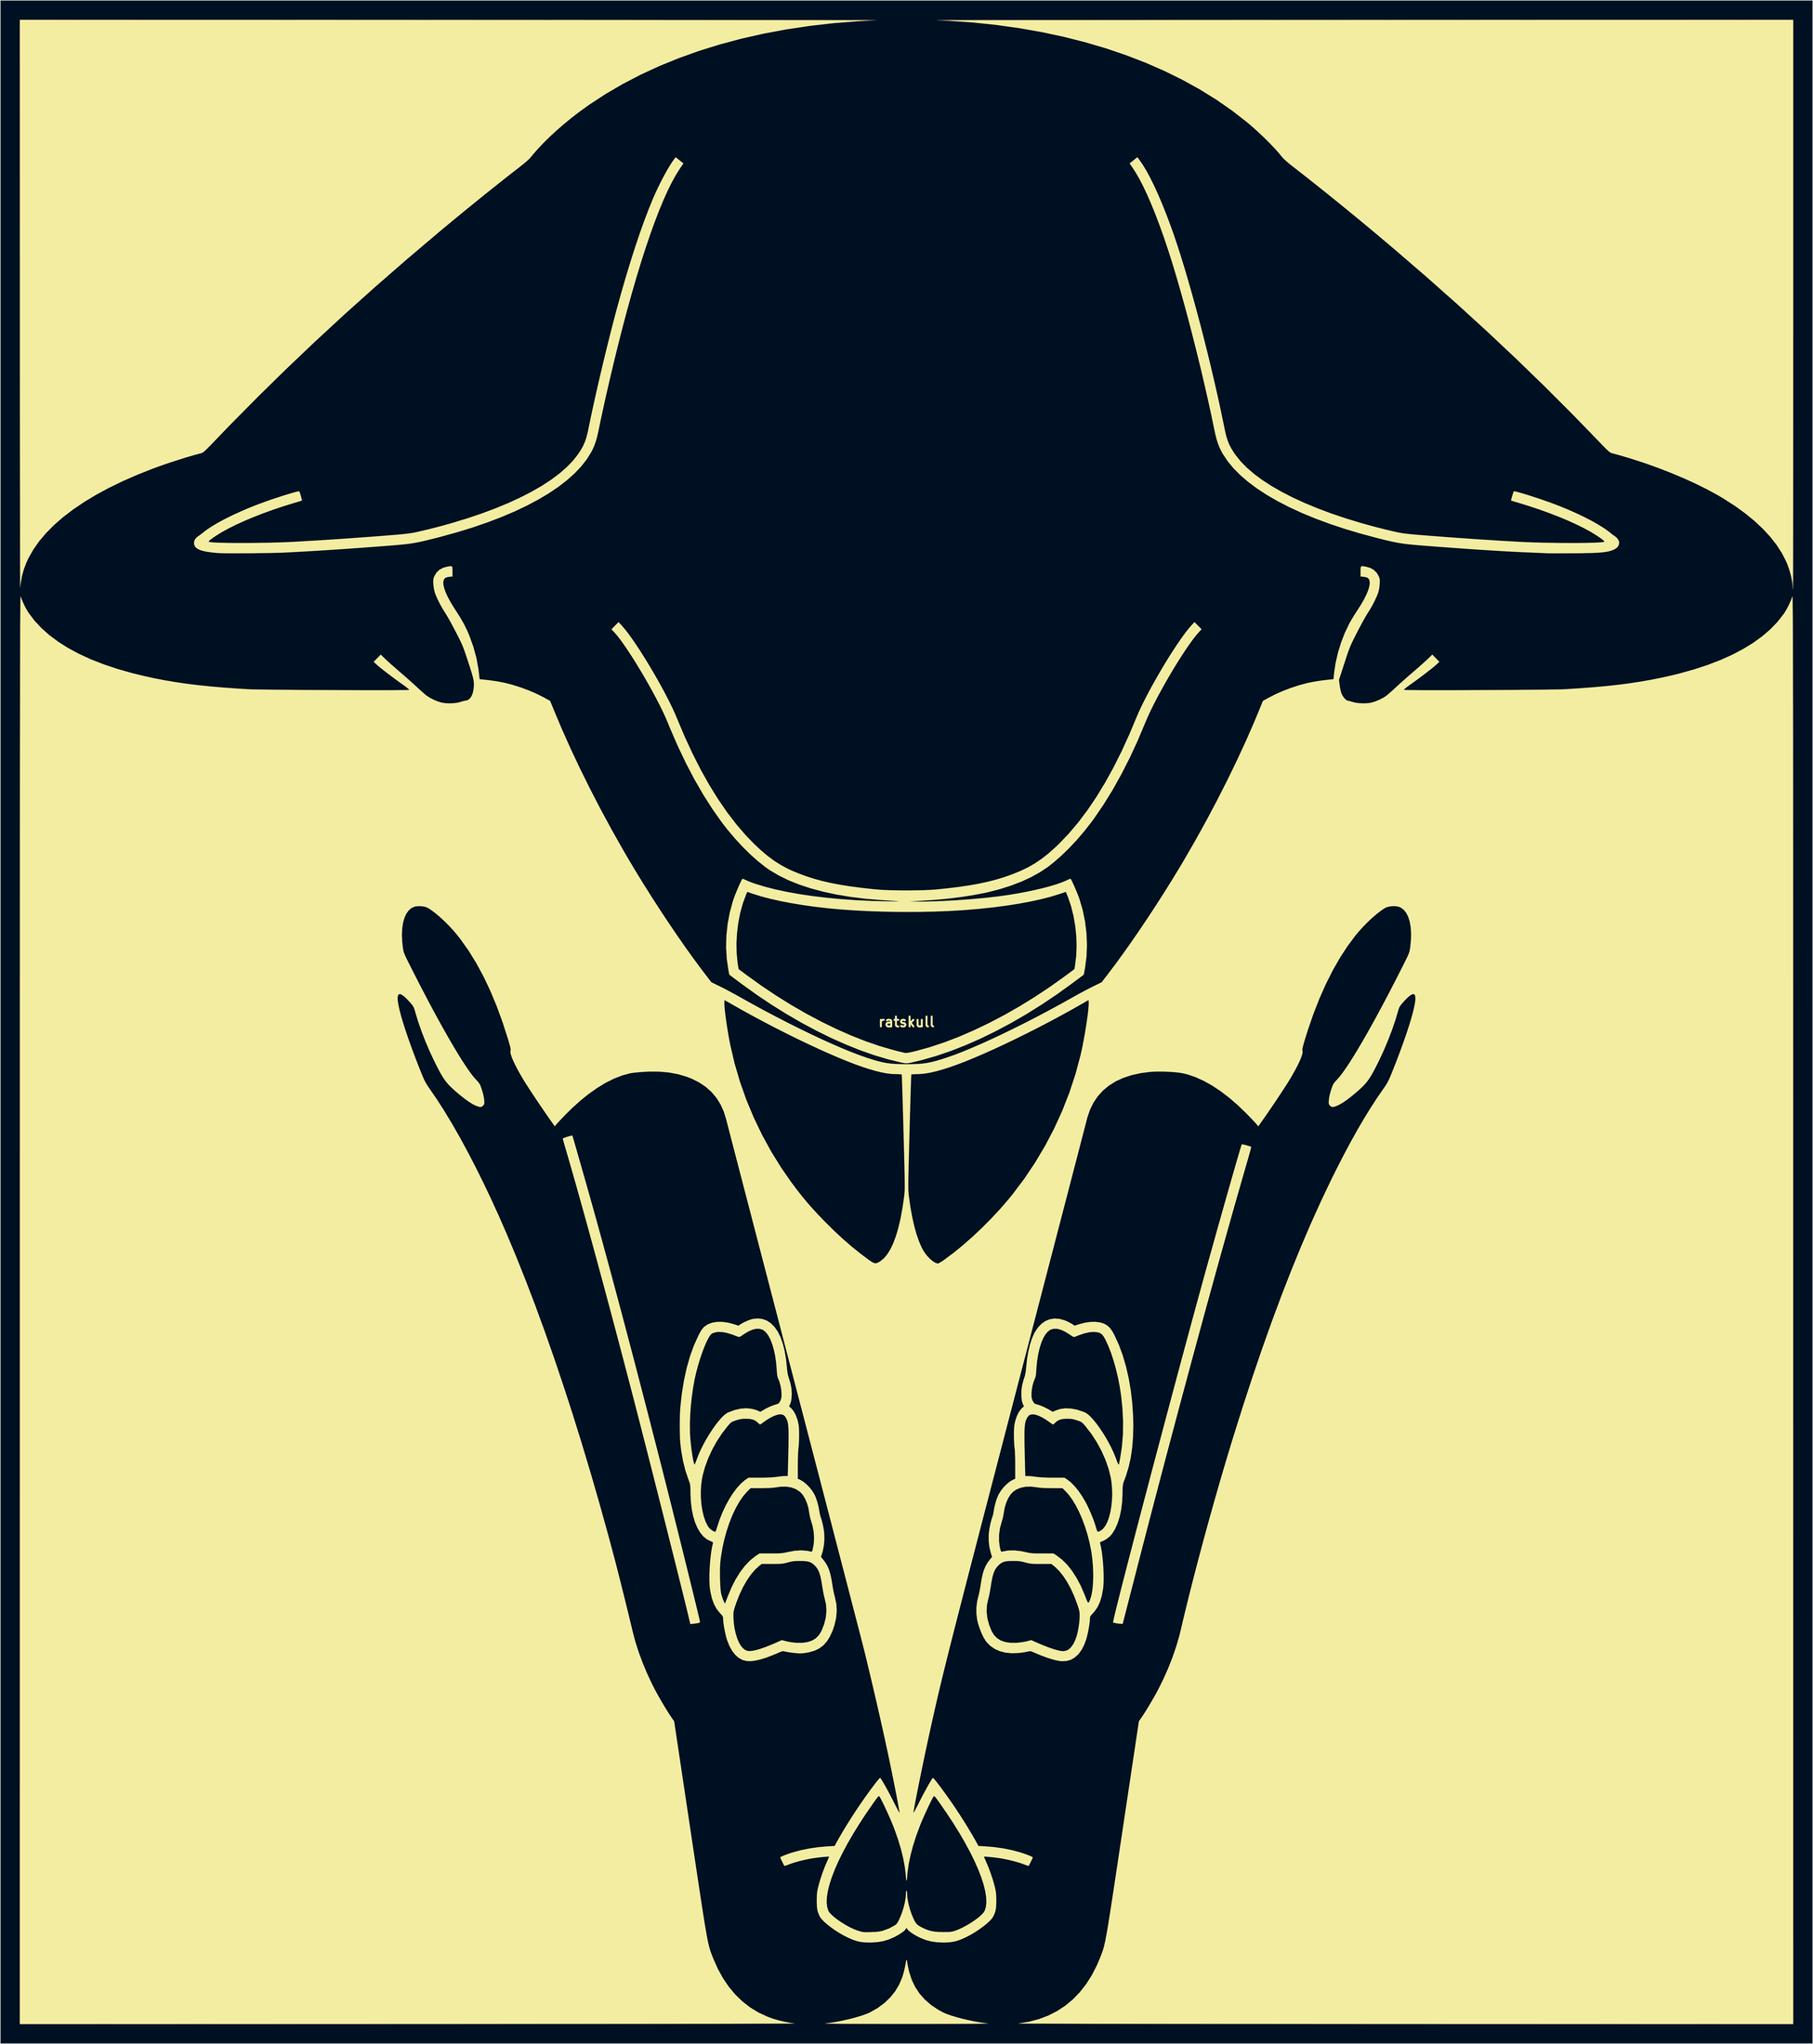
<source format=kicad_pcb>
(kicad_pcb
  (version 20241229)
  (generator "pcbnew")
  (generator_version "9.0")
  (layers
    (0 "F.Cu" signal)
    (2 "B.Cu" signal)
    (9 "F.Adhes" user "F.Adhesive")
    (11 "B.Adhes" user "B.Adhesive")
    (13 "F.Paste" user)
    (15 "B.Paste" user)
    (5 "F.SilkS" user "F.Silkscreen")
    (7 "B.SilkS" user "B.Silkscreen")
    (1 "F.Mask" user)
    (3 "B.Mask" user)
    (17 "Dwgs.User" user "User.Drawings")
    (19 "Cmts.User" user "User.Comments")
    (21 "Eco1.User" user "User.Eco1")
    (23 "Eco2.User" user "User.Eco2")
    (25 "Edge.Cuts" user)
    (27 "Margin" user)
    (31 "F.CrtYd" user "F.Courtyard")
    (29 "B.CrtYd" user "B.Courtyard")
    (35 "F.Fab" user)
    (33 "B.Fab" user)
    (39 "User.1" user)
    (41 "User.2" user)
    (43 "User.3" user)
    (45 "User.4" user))
  (footprint "ratskull"
    (layer "F.Cu")
    (at 136.742 154.522)
    (property "Reference" "ratskull" (at 0 0 0) (layer "F.SilkS") (effects (font (size 1.524 1.524) (thickness 0.3))))
    (attr through_hole)
    (fp_poly (pts (xy 0.043 144.687) (xy 0.088 144.883) (xy 0.115 145.065) (xy 0.158 145.332) (xy 0.233 145.709) (xy 0.33 146.144) (xy 0.422 146.525) (xy 0.805 147.708) (xy 1.334 148.806) (xy 2.006 149.817) (xy 2.82 150.739) (xy 3.774 151.567) (xy 4.864 152.301) (xy 5.63 152.718) (xy 6.153 152.947) (xy 6.815 153.183) (xy 7.584 153.421) (xy 8.433 153.652) (xy 9.329 153.868) (xy 10.243 154.063) (xy 11.146 154.23) (xy 12.006 154.359) (xy 12.531 154.421) (xy 12.54 154.43) (xy 12.386 154.439) (xy 12.074 154.447) (xy 11.609 154.455) (xy 10.997 154.462) (xy 10.244 154.469) (xy 9.356 154.474) (xy 8.337 154.479) (xy 7.194 154.484) (xy 5.932 154.488) (xy 4.557 154.49) (xy 3.074 154.493) (xy 1.489 154.494) (xy 0 154.494) (xy -1.671 154.494) (xy -3.244 154.492) (xy -4.715 154.49) (xy -6.078 154.487) (xy -7.327 154.483) (xy -8.457 154.479) (xy -9.461 154.474) (xy -10.335 154.468) (xy -11.072 154.461) (xy -11.668 154.454) (xy -12.116 154.446) (xy -12.411 154.438) (xy -12.547 154.429) (xy -12.531 154.421) (xy -11.714 154.319) (xy -10.836 154.176) (xy -9.926 153.999) (xy -9.015 153.795) (xy -8.132 153.573) (xy -7.307 153.339) (xy -6.572 153.101) (xy -5.955 152.866) (xy -5.63 152.718) (xy -4.454 152.047) (xy -3.413 151.278) (xy -2.51 150.416) (xy -1.746 149.462) (xy -1.126 148.419) (xy -0.649 147.29) (xy -0.422 146.525) (xy -0.316 146.084) (xy -0.221 145.654) (xy -0.15 145.288) (xy -0.115 145.065) (xy -0.075 144.814) (xy -0.029 144.649) (xy 0 144.611) (xy 0.043 144.687)) (stroke (width 0.01) (type solid)) (fill yes) (layer "F.SilkS"))
    (fp_poly (pts (xy -51.534 17.533) (xy -51.5 17.625) (xy -51.432 17.842) (xy -51.342 18.146) (xy -51.289 18.33) (xy -51.221 18.569) (xy -51.112 18.951) (xy -50.968 19.454) (xy -50.794 20.059) (xy -50.598 20.747) (xy -50.383 21.495) (xy -50.157 22.284) (xy -49.968 22.945) (xy -49.097 26.006) (xy -48.194 29.224) (xy -47.259 32.599) (xy -46.292 36.132) (xy -45.292 39.825) (xy -44.26 43.677) (xy -43.194 47.69) (xy -42.096 51.865) (xy -40.964 56.203) (xy -39.798 60.704) (xy -38.599 65.37) (xy -37.929 67.987) (xy -37.646 69.098) (xy -37.348 70.274) (xy -37.036 71.506) (xy -36.714 72.785) (xy -36.383 74.099) (xy -36.046 75.439) (xy -35.707 76.794) (xy -35.366 78.155) (xy -35.028 79.512) (xy -34.694 80.854) (xy -34.366 82.172) (xy -34.048 83.456) (xy -33.741 84.694) (xy -33.448 85.878) (xy -33.173 86.998) (xy -32.916 88.042) (xy -32.681 89.002) (xy -32.471 89.867) (xy -32.287 90.626) (xy -32.132 91.271) (xy -32.009 91.791) (xy -31.92 92.176) (xy -31.868 92.415) (xy -31.854 92.498) (xy -31.886 92.584) (xy -31.978 92.645) (xy -32.161 92.692) (xy -32.47 92.738) (xy -32.605 92.755) (xy -33.333 92.842) (xy -33.566 91.866) (xy -33.734 91.165) (xy -33.942 90.312) (xy -34.186 89.318) (xy -34.463 88.197) (xy -34.77 86.959) (xy -35.104 85.618) (xy -35.462 84.183) (xy -35.841 82.669) (xy -36.238 81.086) (xy -36.649 79.447) (xy -37.073 77.764) (xy -37.506 76.047) (xy -37.945 74.311) (xy -38.387 72.565) (xy -38.828 70.824) (xy -39.266 69.097) (xy -39.699 67.398) (xy -40.122 65.738) (xy -40.533 64.129) (xy -40.928 62.583) (xy -41.306 61.113) (xy -41.662 59.729) (xy -41.994 58.445) (xy -42.088 58.081) (xy -42.829 55.236) (xy -43.571 52.399) (xy -44.314 49.58) (xy -45.053 46.789) (xy -45.786 44.037) (xy -46.51 41.333) (xy -47.223 38.69) (xy -47.921 36.116) (xy -48.602 33.623) (xy -49.262 31.22) (xy -49.9 28.918) (xy -50.512 26.727) (xy -51.095 24.658) (xy -51.647 22.721) (xy -52.164 20.927) (xy -52.645 19.285) (xy -52.701 19.094) (xy -52.816 18.699) (xy -52.91 18.362) (xy -52.975 18.115) (xy -53.001 17.994) (xy -53.001 17.991) (xy -52.927 17.936) (xy -52.733 17.855) (xy -52.464 17.76) (xy -52.166 17.666) (xy -51.882 17.587) (xy -51.659 17.537) (xy -51.54 17.529) (xy -51.534 17.533)) (stroke (width 0.01) (type solid)) (fill yes) (layer "F.SilkS"))
    (fp_poly (pts (xy 51.784 18.869) (xy 51.986 18.911) (xy 52.259 18.978) (xy 52.558 19.06) (xy 52.837 19.143) (xy 53.052 19.215) (xy 53.157 19.264) (xy 53.14 19.348) (xy 53.081 19.578) (xy 52.984 19.936) (xy 52.853 20.406) (xy 52.694 20.97) (xy 52.511 21.611) (xy 52.31 22.312) (xy 52.208 22.663) (xy 51.415 25.416) (xy 50.585 28.323) (xy 49.723 31.372) (xy 48.831 34.553) (xy 47.913 37.855) (xy 46.97 41.267) (xy 46.007 44.777) (xy 45.026 48.374) (xy 44.03 52.048) (xy 43.023 55.788) (xy 42.006 59.581) (xy 40.984 63.419) (xy 39.958 67.288) (xy 38.933 71.178) (xy 37.911 75.079) (xy 36.895 78.979) (xy 35.888 82.867) (xy 34.893 86.732) (xy 34.673 87.588) (xy 34.441 88.493) (xy 34.221 89.349) (xy 34.018 90.142) (xy 33.834 90.858) (xy 33.673 91.482) (xy 33.539 92.002) (xy 33.436 92.402) (xy 33.366 92.669) (xy 33.334 92.79) (xy 33.333 92.795) (xy 33.247 92.805) (xy 33.034 92.795) (xy 32.732 92.767) (xy 32.603 92.753) (xy 32.276 92.703) (xy 32.019 92.646) (xy 31.875 92.59) (xy 31.859 92.573) (xy 31.871 92.461) (xy 31.924 92.193) (xy 32.018 91.775) (xy 32.151 91.214) (xy 32.321 90.517) (xy 32.525 89.691) (xy 32.763 88.744) (xy 33.032 87.681) (xy 33.331 86.51) (xy 33.657 85.237) (xy 34.01 83.87) (xy 34.386 82.416) (xy 34.784 80.881) (xy 35.203 79.272) (xy 35.641 77.596) (xy 36.096 75.86) (xy 36.565 74.072) (xy 37.048 72.237) (xy 37.542 70.363) (xy 38.045 68.457) (xy 38.556 66.525) (xy 39.074 64.575) (xy 39.595 62.613) (xy 40.118 60.646) (xy 40.642 58.682) (xy 41.165 56.727) (xy 41.684 54.788) (xy 42.198 52.871) (xy 42.706 50.985) (xy 43.205 49.135) (xy 43.693 47.329) (xy 44.169 45.574) (xy 44.631 43.876) (xy 45.077 42.242) (xy 45.506 40.679) (xy 45.901 39.243) (xy 46.227 38.065) (xy 46.567 36.842) (xy 46.918 35.584) (xy 47.276 34.301) (xy 47.64 33.004) (xy 48.005 31.703) (xy 48.37 30.409) (xy 48.73 29.132) (xy 49.084 27.883) (xy 49.428 26.671) (xy 49.758 25.509) (xy 50.073 24.406) (xy 50.369 23.372) (xy 50.643 22.419) (xy 50.893 21.555) (xy 51.114 20.793) (xy 51.305 20.143) (xy 51.462 19.614) (xy 51.582 19.218) (xy 51.662 18.965) (xy 51.699 18.867) (xy 51.784 18.869)) (stroke (width 0.01) (type solid)) (fill yes) (layer "F.SilkS"))
    (fp_poly (pts (xy -70.379 -154.5) (xy -67.037 -154.499) (xy -63.739 -154.498) (xy -60.487 -154.497) (xy -57.287 -154.496) (xy -54.142 -154.495) (xy -51.056 -154.494) (xy -48.034 -154.492) (xy -45.079 -154.491) (xy -42.195 -154.49) (xy -39.386 -154.489) (xy -36.657 -154.487) (xy -34.01 -154.486) (xy -31.451 -154.485) (xy -28.983 -154.483) (xy -26.61 -154.482) (xy -24.337 -154.481) (xy -22.166 -154.479) (xy -20.103 -154.478) (xy -18.151 -154.476) (xy -16.314 -154.475) (xy -14.596 -154.474) (xy -13.001 -154.472) (xy -11.534 -154.471) (xy -10.198 -154.469) (xy -8.996 -154.468) (xy -7.934 -154.467) (xy -7.015 -154.465) (xy -6.243 -154.464) (xy -5.622 -154.462) (xy -5.157 -154.461) (xy -4.85 -154.46) (xy -4.707 -154.458) (xy -4.699 -154.458) (xy -4.979 -154.445) (xy -5.395 -154.424) (xy -5.912 -154.395) (xy -6.496 -154.361) (xy -7.113 -154.324) (xy -7.451 -154.303) (xy -11.217 -154.005) (xy -14.903 -153.586) (xy -18.505 -153.048) (xy -22.019 -152.392) (xy -25.441 -151.619) (xy -28.765 -150.731) (xy -31.988 -149.73) (xy -35.105 -148.616) (xy -38.112 -147.392) (xy -41.004 -146.058) (xy -43.778 -144.616) (xy -46.428 -143.067) (xy -48.951 -141.414) (xy -50.419 -140.359) (xy -51.617 -139.438) (xy -52.792 -138.476) (xy -53.926 -137.493) (xy -54.997 -136.506) (xy -55.986 -135.534) (xy -56.873 -134.596) (xy -57.639 -133.71) (xy -57.926 -133.35) (xy -58.152 -133.102) (xy -58.506 -132.772) (xy -58.975 -132.373) (xy -59.545 -131.915) (xy -59.769 -131.741) (xy -60.98 -130.801) (xy -62.295 -129.767) (xy -63.691 -128.657) (xy -65.147 -127.491) (xy -66.638 -126.286) (xy -68.143 -125.061) (xy -69.638 -123.835) (xy -71.1 -122.625) (xy -72.136 -121.761) (xy -77.129 -117.528) (xy -81.968 -113.312) (xy -86.666 -109.101) (xy -91.234 -104.884) (xy -95.687 -100.648) (xy -100.036 -96.381) (xy -104.295 -92.073) (xy -106.885 -89.386) (xy -107.362 -88.889) (xy -107.741 -88.502) (xy -108.037 -88.211) (xy -108.266 -88.002) (xy -108.445 -87.859) (xy -108.589 -87.769) (xy -108.715 -87.718) (xy -108.747 -87.708) (xy -109.899 -87.394) (xy -111.156 -87.025) (xy -112.468 -86.616) (xy -113.786 -86.185) (xy -115.06 -85.745) (xy -116.205 -85.328) (xy -118.617 -84.373) (xy -120.889 -83.377) (xy -123.02 -82.34) (xy -125.006 -81.265) (xy -126.846 -80.154) (xy -128.536 -79.009) (xy -130.075 -77.831) (xy -131.46 -76.622) (xy -132.687 -75.384) (xy -133.756 -74.12) (xy -134.662 -72.83) (xy -135.405 -71.517) (xy -135.744 -70.781) (xy -136.12 -69.784) (xy -136.399 -68.773) (xy -136.595 -67.694) (xy -136.681 -66.971) (xy -136.682 -67.037) (xy -136.684 -67.266) (xy -136.686 -67.656) (xy -136.688 -68.2) (xy -136.69 -68.893) (xy -136.692 -69.731) (xy -136.694 -70.709) (xy -136.695 -71.821) (xy -136.697 -73.064) (xy -136.699 -74.431) (xy -136.701 -75.919) (xy -136.703 -77.521) (xy -136.705 -79.234) (xy -136.706 -81.052) (xy -136.708 -82.97) (xy -136.71 -84.984) (xy -136.711 -87.088) (xy -136.713 -89.277) (xy -136.714 -91.547) (xy -136.716 -93.893) (xy -136.717 -96.309) (xy -136.718 -98.791) (xy -136.72 -101.334) (xy -136.721 -103.933) (xy -136.722 -106.582) (xy -136.723 -109.278) (xy -136.723 -110.596) (xy -136.737 -154.517) (xy -70.379 -154.5)) (stroke (width 0.01) (type solid)) (fill yes) (layer "F.SilkS"))
    (fp_poly (pts (xy 136.737 -110.617) (xy 136.737 -107.899) (xy 136.736 -105.223) (xy 136.736 -102.595) (xy 136.735 -100.02) (xy 136.735 -97.502) (xy 136.734 -95.047) (xy 136.733 -92.659) (xy 136.732 -90.343) (xy 136.731 -88.106) (xy 136.729 -85.95) (xy 136.728 -83.882) (xy 136.726 -81.906) (xy 136.725 -80.028) (xy 136.723 -78.252) (xy 136.721 -76.583) (xy 136.719 -75.027) (xy 136.717 -73.588) (xy 136.715 -72.271) (xy 136.713 -71.081) (xy 136.71 -70.024) (xy 136.708 -69.104) (xy 136.706 -68.326) (xy 136.703 -67.695) (xy 136.701 -67.216) (xy 136.698 -66.895) (xy 136.696 -66.735) (xy 136.694 -66.717) (xy 136.669 -66.793) (xy 136.654 -66.984) (xy 136.652 -67.087) (xy 136.612 -67.656) (xy 136.499 -68.332) (xy 136.324 -69.071) (xy 136.097 -69.834) (xy 135.829 -70.577) (xy 135.673 -70.951) (xy 135.018 -72.244) (xy 134.197 -73.523) (xy 133.215 -74.784) (xy 132.074 -76.022) (xy 130.779 -77.236) (xy 129.333 -78.421) (xy 127.739 -79.574) (xy 126.002 -80.692) (xy 124.952 -81.31) (xy 123.376 -82.163) (xy 121.659 -83.012) (xy 119.827 -83.845) (xy 117.907 -84.651) (xy 115.927 -85.42) (xy 113.914 -86.142) (xy 111.895 -86.804) (xy 109.898 -87.397) (xy 108.747 -87.708) (xy 108.624 -87.752) (xy 108.486 -87.831) (xy 108.318 -87.958) (xy 108.103 -88.149) (xy 107.826 -88.417) (xy 107.471 -88.777) (xy 107.021 -89.243) (xy 106.885 -89.386) (xy 102.676 -93.726) (xy 98.384 -98.017) (xy 93.997 -102.27) (xy 89.502 -106.498) (xy 84.885 -110.712) (xy 80.135 -114.923) (xy 75.239 -119.144) (xy 72.136 -121.761) (xy 70.712 -122.947) (xy 69.238 -124.164) (xy 67.738 -125.392) (xy 66.235 -126.613) (xy 64.751 -127.809) (xy 63.309 -128.962) (xy 61.932 -130.053) (xy 60.643 -131.064) (xy 59.769 -131.741) (xy 59.165 -132.217) (xy 58.659 -132.639) (xy 58.263 -132.994) (xy 57.99 -133.272) (xy 57.926 -133.35) (xy 57.394 -133.999) (xy 56.747 -134.721) (xy 56.011 -135.494) (xy 55.208 -136.294) (xy 54.363 -137.097) (xy 53.5 -137.879) (xy 52.643 -138.616) (xy 52.457 -138.771) (xy 50.179 -140.542) (xy 47.767 -142.215) (xy 45.225 -143.79) (xy 42.558 -145.264) (xy 39.772 -146.637) (xy 36.87 -147.905) (xy 33.859 -149.068) (xy 30.744 -150.124) (xy 27.528 -151.071) (xy 24.218 -151.907) (xy 20.818 -152.632) (xy 17.334 -153.243) (xy 13.77 -153.739) (xy 10.131 -154.118) (xy 6.423 -154.378) (xy 4.657 -154.459) (xy 4.708 -154.46) (xy 4.926 -154.461) (xy 5.304 -154.463) (xy 5.84 -154.464) (xy 6.529 -154.465) (xy 7.368 -154.467) (xy 8.352 -154.468) (xy 9.477 -154.469) (xy 10.739 -154.471) (xy 12.135 -154.472) (xy 13.661 -154.474) (xy 15.311 -154.475) (xy 17.083 -154.476) (xy 18.973 -154.478) (xy 20.975 -154.479) (xy 23.088 -154.48) (xy 25.305 -154.482) (xy 27.624 -154.483) (xy 30.04 -154.485) (xy 32.55 -154.486) (xy 35.149 -154.487) (xy 37.833 -154.488) (xy 40.599 -154.49) (xy 43.442 -154.491) (xy 46.359 -154.492) (xy 49.345 -154.493) (xy 52.396 -154.494) (xy 55.509 -154.495) (xy 58.679 -154.496) (xy 61.903 -154.497) (xy 65.176 -154.498) (xy 68.494 -154.499) (xy 70.379 -154.5) (xy 136.737 -154.517) (xy 136.737 -110.617)) (stroke (width 0.01) (type solid)) (fill yes) (layer "F.SilkS"))
    (fp_poly (pts (xy -34.411 -132.376) (xy -34.984 -131.53) (xy -35.59 -130.562) (xy -36.213 -129.43) (xy -36.852 -128.136) (xy -37.504 -126.683) (xy -38.169 -125.076) (xy -38.846 -123.317) (xy -39.533 -121.409) (xy -40.229 -119.357) (xy -40.934 -117.162) (xy -41.645 -114.83) (xy -42.361 -112.362) (xy -43.082 -109.763) (xy -43.686 -107.498) (xy -44.145 -105.717) (xy -44.613 -103.851) (xy -45.083 -101.932) (xy -45.547 -99.989) (xy -45.999 -98.056) (xy -46.43 -96.163) (xy -46.833 -94.341) (xy -47.202 -92.622) (xy -47.496 -91.202) (xy -47.697 -90.298) (xy -47.915 -89.522) (xy -48.162 -88.831) (xy -48.454 -88.185) (xy -48.603 -87.897) (xy -49.292 -86.783) (xy -50.145 -85.687) (xy -51.159 -84.613) (xy -52.329 -83.563) (xy -53.653 -82.537) (xy -55.125 -81.54) (xy -56.743 -80.572) (xy -58.501 -79.637) (xy -60.397 -78.736) (xy -62.426 -77.871) (xy -64.585 -77.044) (xy -66.869 -76.259) (xy -69.275 -75.516) (xy -71.799 -74.818) (xy -72.517 -74.633) (xy -73.28 -74.441) (xy -73.948 -74.276) (xy -74.545 -74.135) (xy -75.092 -74.015) (xy -75.611 -73.912) (xy -76.125 -73.823) (xy -76.656 -73.744) (xy -77.225 -73.673) (xy -77.856 -73.606) (xy -78.57 -73.54) (xy -79.389 -73.471) (xy -80.336 -73.397) (xy -81.28 -73.324) (xy -83.505 -73.158) (xy -85.59 -73.007) (xy -87.561 -72.87) (xy -89.446 -72.746) (xy -91.273 -72.633) (xy -93.069 -72.528) (xy -94.861 -72.431) (xy -95.716 -72.386) (xy -96.249 -72.363) (xy -96.897 -72.342) (xy -97.639 -72.323) (xy -98.455 -72.306) (xy -99.322 -72.292) (xy -100.222 -72.28) (xy -101.132 -72.271) (xy -102.032 -72.264) (xy -102.901 -72.261) (xy -103.719 -72.26) (xy -104.464 -72.264) (xy -105.117 -72.27) (xy -105.655 -72.28) (xy -106.059 -72.294) (xy -106.242 -72.306) (xy -107.151 -72.396) (xy -107.904 -72.504) (xy -108.515 -72.633) (xy -108.996 -72.788) (xy -109.36 -72.973) (xy -109.621 -73.191) (xy -109.772 -73.408) (xy -109.879 -73.786) (xy -109.832 -74.169) (xy -109.64 -74.528) (xy -109.314 -74.834) (xy -109.232 -74.888) (xy -109.01 -75.039) (xy -108.735 -75.247) (xy -108.558 -75.39) (xy -107.886 -75.904) (xy -107.066 -76.445) (xy -106.113 -77.007) (xy -105.044 -77.58) (xy -103.877 -78.156) (xy -102.628 -78.728) (xy -101.314 -79.288) (xy -99.951 -79.826) (xy -98.555 -80.336) (xy -97.959 -80.541) (xy -97.178 -80.801) (xy -96.434 -81.043) (xy -95.744 -81.261) (xy -95.125 -81.449) (xy -94.592 -81.605) (xy -94.162 -81.722) (xy -93.852 -81.796) (xy -93.677 -81.822) (xy -93.645 -81.816) (xy -93.597 -81.71) (xy -93.524 -81.496) (xy -93.438 -81.219) (xy -93.353 -80.925) (xy -93.282 -80.658) (xy -93.239 -80.466) (xy -93.234 -80.394) (xy -93.32 -80.364) (xy -93.54 -80.295) (xy -93.865 -80.197) (xy -94.265 -80.076) (xy -94.488 -80.01) (xy -96.097 -79.513) (xy -97.677 -78.984) (xy -99.21 -78.43) (xy -100.679 -77.858) (xy -102.066 -77.275) (xy -103.354 -76.69) (xy -104.526 -76.109) (xy -105.564 -75.539) (xy -106.39 -75.028) (xy -106.878 -74.7) (xy -107.232 -74.448) (xy -107.463 -74.262) (xy -107.583 -74.134) (xy -107.604 -74.053) (xy -107.593 -74.037) (xy -107.466 -73.995) (xy -107.185 -73.958) (xy -106.764 -73.927) (xy -106.217 -73.9) (xy -105.56 -73.879) (xy -104.807 -73.863) (xy -103.972 -73.852) (xy -103.071 -73.847) (xy -102.118 -73.847) (xy -101.127 -73.852) (xy -100.114 -73.862) (xy -99.093 -73.877) (xy -98.079 -73.898) (xy -97.085 -73.924) (xy -96.128 -73.955) (xy -95.221 -73.992) (xy -94.38 -74.033) (xy -94.361 -74.034) (xy -90.28 -74.275) (xy -86.175 -74.547) (xy -81.991 -74.853) (xy -79.333 -75.063) (xy -78.464 -75.135) (xy -77.738 -75.203) (xy -77.129 -75.269) (xy -76.609 -75.336) (xy -76.153 -75.407) (xy -75.735 -75.486) (xy -75.523 -75.532) (xy -73.705 -75.958) (xy -71.828 -76.441) (xy -70.115 -76.917) (xy -67.742 -77.641) (xy -65.491 -78.4) (xy -63.368 -79.194) (xy -61.377 -80.019) (xy -59.521 -80.874) (xy -57.805 -81.756) (xy -56.233 -82.663) (xy -54.809 -83.593) (xy -53.538 -84.543) (xy -52.423 -85.511) (xy -51.469 -86.496) (xy -50.723 -87.433) (xy -50.259 -88.123) (xy -49.89 -88.772) (xy -49.596 -89.427) (xy -49.357 -90.136) (xy -49.152 -90.944) (xy -49.066 -91.355) (xy -48.751 -92.895) (xy -48.394 -94.568) (xy -48.002 -96.345) (xy -47.582 -98.195) (xy -47.142 -100.09) (xy -46.688 -102.001) (xy -46.227 -103.897) (xy -45.765 -105.751) (xy -45.311 -107.531) (xy -44.871 -109.21) (xy -44.663 -109.982) (xy -43.955 -112.536) (xy -43.244 -114.986) (xy -42.532 -117.323) (xy -41.824 -119.536) (xy -41.121 -121.617) (xy -40.428 -123.557) (xy -39.746 -125.346) (xy -39.141 -126.831) (xy -38.744 -127.736) (xy -38.315 -128.656) (xy -37.866 -129.565) (xy -37.411 -130.437) (xy -36.966 -131.246) (xy -36.542 -131.966) (xy -36.154 -132.571) (xy -35.923 -132.896) (xy -35.598 -133.33) (xy -34.411 -132.376)) (stroke (width 0.01) (type solid)) (fill yes) (layer "F.SilkS"))
    (fp_poly (pts (xy 35.923 -132.896) (xy 36.45 -132.132) (xy 37.004 -131.212) (xy 37.581 -130.144) (xy 38.177 -128.937) (xy 38.787 -127.602) (xy 39.408 -126.147) (xy 40.035 -124.582) (xy 40.663 -122.916) (xy 41.189 -121.447) (xy 41.722 -119.875) (xy 42.276 -118.153) (xy 42.847 -116.298) (xy 43.429 -114.328) (xy 44.019 -112.26) (xy 44.612 -110.112) (xy 45.203 -107.901) (xy 45.788 -105.644) (xy 46.363 -103.359) (xy 46.921 -101.063) (xy 47.46 -98.774) (xy 47.975 -96.509) (xy 48.46 -94.285) (xy 48.912 -92.12) (xy 49.066 -91.355) (xy 49.26 -90.488) (xy 49.481 -89.742) (xy 49.746 -89.071) (xy 50.078 -88.426) (xy 50.495 -87.76) (xy 50.728 -87.425) (xy 51.521 -86.435) (xy 52.478 -85.457) (xy 53.595 -84.495) (xy 54.869 -83.55) (xy 56.294 -82.625) (xy 57.866 -81.723) (xy 59.582 -80.845) (xy 61.436 -79.994) (xy 63.424 -79.173) (xy 65.542 -78.383) (xy 67.785 -77.627) (xy 70.115 -76.917) (xy 71.963 -76.405) (xy 73.838 -75.926) (xy 75.523 -75.532) (xy 75.932 -75.447) (xy 76.365 -75.372) (xy 76.848 -75.303) (xy 77.408 -75.237) (xy 78.07 -75.171) (xy 78.861 -75.101) (xy 79.333 -75.063) (xy 83.591 -74.733) (xy 87.738 -74.44) (xy 91.828 -74.18) (xy 94.361 -74.034) (xy 95.201 -73.992) (xy 96.106 -73.956) (xy 97.062 -73.925) (xy 98.055 -73.899) (xy 99.069 -73.878) (xy 100.09 -73.862) (xy 101.104 -73.852) (xy 102.095 -73.847) (xy 103.049 -73.847) (xy 103.951 -73.852) (xy 104.788 -73.863) (xy 105.543 -73.879) (xy 106.203 -73.9) (xy 106.752 -73.926) (xy 107.177 -73.957) (xy 107.461 -73.994) (xy 107.592 -74.036) (xy 107.593 -74.037) (xy 107.599 -74.106) (xy 107.508 -74.219) (xy 107.311 -74.387) (xy 106.993 -74.619) (xy 106.545 -74.925) (xy 106.39 -75.028) (xy 105.491 -75.581) (xy 104.443 -76.152) (xy 103.262 -76.734) (xy 101.965 -77.319) (xy 100.571 -77.901) (xy 99.097 -78.472) (xy 97.56 -79.025) (xy 95.977 -79.552) (xy 94.488 -80.01) (xy 94.06 -80.138) (xy 93.693 -80.249) (xy 93.417 -80.334) (xy 93.259 -80.384) (xy 93.234 -80.394) (xy 93.242 -80.48) (xy 93.288 -80.682) (xy 93.361 -80.953) (xy 93.446 -81.248) (xy 93.532 -81.521) (xy 93.603 -81.726) (xy 93.645 -81.816) (xy 93.745 -81.816) (xy 93.989 -81.765) (xy 94.361 -81.669) (xy 94.844 -81.532) (xy 95.422 -81.36) (xy 96.078 -81.156) (xy 96.796 -80.926) (xy 97.561 -80.674) (xy 97.959 -80.541) (xy 99.363 -80.046) (xy 100.742 -79.519) (xy 102.079 -78.967) (xy 103.358 -78.399) (xy 104.561 -77.824) (xy 105.674 -77.248) (xy 106.677 -76.681) (xy 107.556 -76.13) (xy 108.293 -75.604) (xy 108.558 -75.39) (xy 108.827 -75.175) (xy 109.093 -74.98) (xy 109.232 -74.888) (xy 109.522 -74.649) (xy 109.751 -74.346) (xy 109.881 -74.033) (xy 109.897 -73.897) (xy 109.818 -73.496) (xy 109.582 -73.157) (xy 109.187 -72.878) (xy 108.746 -72.696) (xy 108.43 -72.603) (xy 108.085 -72.524) (xy 107.695 -72.458) (xy 107.244 -72.404) (xy 106.715 -72.361) (xy 106.091 -72.327) (xy 105.357 -72.302) (xy 104.496 -72.283) (xy 103.49 -72.271) (xy 102.87 -72.266) (xy 102.082 -72.262) (xy 101.327 -72.259) (xy 100.627 -72.258) (xy 100.002 -72.259) (xy 99.474 -72.261) (xy 99.064 -72.264) (xy 98.792 -72.269) (xy 98.721 -72.272) (xy 98.484 -72.283) (xy 98.108 -72.3) (xy 97.623 -72.322) (xy 97.06 -72.346) (xy 96.448 -72.372) (xy 95.97 -72.392) (xy 94.718 -72.447) (xy 93.411 -72.512) (xy 92.033 -72.587) (xy 90.572 -72.674) (xy 89.014 -72.772) (xy 87.347 -72.883) (xy 85.556 -73.009) (xy 83.628 -73.148) (xy 81.55 -73.304) (xy 80.73 -73.366) (xy 79.704 -73.445) (xy 78.822 -73.517) (xy 78.059 -73.585) (xy 77.389 -73.654) (xy 76.786 -73.726) (xy 76.227 -73.806) (xy 75.684 -73.899) (xy 75.135 -74.007) (xy 74.552 -74.135) (xy 73.91 -74.286) (xy 73.185 -74.465) (xy 72.517 -74.633) (xy 69.962 -75.318) (xy 67.523 -76.049) (xy 65.205 -76.823) (xy 63.011 -77.638) (xy 60.945 -78.493) (xy 59.012 -79.384) (xy 57.215 -80.31) (xy 55.558 -81.269) (xy 54.045 -82.259) (xy 52.68 -83.276) (xy 51.467 -84.32) (xy 50.409 -85.388) (xy 49.511 -86.478) (xy 48.777 -87.587) (xy 48.603 -87.897) (xy 48.287 -88.537) (xy 48.022 -89.202) (xy 47.793 -89.935) (xy 47.585 -90.776) (xy 47.496 -91.202) (xy 47.03 -93.441) (xy 46.523 -95.77) (xy 45.98 -98.163) (xy 45.408 -100.596) (xy 44.812 -103.042) (xy 44.2 -105.478) (xy 43.578 -107.878) (xy 42.951 -110.216) (xy 42.326 -112.469) (xy 41.71 -114.611) (xy 41.109 -116.618) (xy 40.948 -117.136) (xy 40.309 -119.139) (xy 39.666 -121.044) (xy 39.022 -122.844) (xy 38.382 -124.529) (xy 37.748 -126.093) (xy 37.124 -127.527) (xy 36.513 -128.824) (xy 35.919 -129.974) (xy 35.344 -130.97) (xy 34.984 -131.53) (xy 34.411 -132.376) (xy 35.598 -133.33) (xy 35.923 -132.896)) (stroke (width 0.01) (type solid)) (fill yes) (layer "F.SilkS"))
    (fp_poly (pts (xy 44.952 -61.095) (xy 45.497 -60.543) (xy 45.076 -60.095) (xy 44.637 -59.591) (xy 44.138 -58.95) (xy 43.588 -58.19) (xy 42.998 -57.329) (xy 42.378 -56.383) (xy 41.738 -55.371) (xy 41.09 -54.31) (xy 40.442 -53.217) (xy 39.806 -52.109) (xy 39.192 -51.004) (xy 38.61 -49.92) (xy 38.07 -48.873) (xy 37.583 -47.881) (xy 37.159 -46.962) (xy 36.829 -46.186) (xy 35.641 -43.369) (xy 34.396 -40.684) (xy 33.098 -38.137) (xy 31.751 -35.733) (xy 30.358 -33.481) (xy 28.923 -31.385) (xy 28.476 -30.776) (xy 27.383 -29.38) (xy 26.234 -28.041) (xy 25.052 -26.782) (xy 23.857 -25.625) (xy 22.672 -24.591) (xy 21.77 -23.887) (xy 20.567 -23.083) (xy 19.218 -22.335) (xy 17.735 -21.65) (xy 16.133 -21.033) (xy 14.427 -20.489) (xy 12.63 -20.025) (xy 11.896 -19.864) (xy 10.289 -19.56) (xy 8.572 -19.29) (xy 6.803 -19.061) (xy 5.039 -18.883) (xy 3.937 -18.798) (xy 3.359 -18.759) (xy 2.745 -18.718) (xy 2.155 -18.678) (xy 1.648 -18.645) (xy 1.482 -18.634) (xy 0.466 -18.566) (xy 1.693 -18.555) (xy 2.872 -18.559) (xy 4.185 -18.59) (xy 5.597 -18.646) (xy 7.077 -18.724) (xy 8.59 -18.823) (xy 10.104 -18.94) (xy 11.585 -19.074) (xy 13 -19.221) (xy 14.316 -19.379) (xy 14.4 -19.39) (xy 15.781 -19.588) (xy 17.14 -19.812) (xy 18.458 -20.058) (xy 19.718 -20.321) (xy 20.904 -20.599) (xy 21.997 -20.886) (xy 22.981 -21.179) (xy 23.838 -21.473) (xy 24.551 -21.764) (xy 24.816 -21.891) (xy 25.059 -22.001) (xy 25.242 -22.059) (xy 25.308 -22.06) (xy 25.378 -21.961) (xy 25.497 -21.733) (xy 25.654 -21.404) (xy 25.835 -21.004) (xy 26.028 -20.561) (xy 26.221 -20.103) (xy 26.401 -19.66) (xy 26.555 -19.259) (xy 26.645 -19.008) (xy 27.154 -17.281) (xy 27.521 -15.503) (xy 27.744 -13.7) (xy 27.822 -11.895) (xy 27.752 -10.112) (xy 27.533 -8.375) (xy 27.461 -7.982) (xy 27.325 -7.287) (xy 25.537 -5.95) (xy 23.225 -4.282) (xy 20.88 -2.705) (xy 18.516 -1.226) (xy 16.144 0.148) (xy 13.777 1.411) (xy 11.427 2.558) (xy 9.105 3.581) (xy 6.825 4.475) (xy 4.598 5.234) (xy 2.436 5.852) (xy 1.99 5.964) (xy 1.379 6.112) (xy 0.906 6.224) (xy 0.542 6.303) (xy 0.259 6.351) (xy 0.03 6.371) (xy -0.173 6.367) (xy -0.377 6.341) (xy -0.611 6.295) (xy -0.803 6.255) (xy -2.843 5.762) (xy -4.957 5.13) (xy -7.135 4.365) (xy -9.364 3.472) (xy -11.632 2.459) (xy -13.926 1.33) (xy -16.236 0.092) (xy -18.548 -1.249) (xy -20.851 -2.688) (xy -23.132 -4.218) (xy -25.38 -5.833) (xy -25.537 -5.95) (xy -27.325 -7.287) (xy -27.461 -7.982) (xy -27.714 -9.705) (xy -27.819 -11.48) (xy -27.801 -12.193) (xy -26.228 -12.193) (xy -26.204 -10.648) (xy -26.062 -9.166) (xy -25.984 -8.663) (xy -25.893 -8.14) (xy -24.652 -7.215) (xy -22.404 -5.599) (xy -20.117 -4.067) (xy -17.803 -2.625) (xy -15.476 -1.282) (xy -13.149 -0.043) (xy -10.836 1.085) (xy -8.55 2.095) (xy -6.305 2.981) (xy -4.113 3.734) (xy -1.989 4.349) (xy -1.482 4.478) (xy -1.075 4.578) (xy -0.716 4.666) (xy -0.444 4.733) (xy -0.297 4.769) (xy -0.296 4.77) (xy -0.146 4.789) (xy 0.056 4.78) (xy 0.336 4.739) (xy 0.719 4.66) (xy 1.23 4.541) (xy 1.482 4.479) (xy 3.615 3.889) (xy 5.818 3.157) (xy 8.076 2.291) (xy 10.377 1.297) (xy 12.706 0.182) (xy 15.052 -1.048) (xy 17.4 -2.384) (xy 19.737 -3.822) (xy 22.049 -5.354) (xy 24.324 -6.973) (xy 24.652 -7.215) (xy 25.893 -8.14) (xy 25.984 -8.663) (xy 26.167 -10.115) (xy 26.232 -11.642) (xy 26.183 -13.21) (xy 26.023 -14.785) (xy 25.756 -16.332) (xy 25.386 -17.819) (xy 24.917 -19.21) (xy 24.728 -19.673) (xy 24.563 -20.058) (xy 23.563 -19.721) (xy 22.221 -19.31) (xy 20.724 -18.924) (xy 19.085 -18.566) (xy 17.317 -18.238) (xy 15.434 -17.943) (xy 13.448 -17.682) (xy 11.372 -17.458) (xy 9.22 -17.273) (xy 8.636 -17.23) (xy 6.39 -17.1) (xy 4.044 -17.012) (xy 1.629 -16.966) (xy -0.819 -16.963) (xy -3.267 -17.001) (xy -5.682 -17.08) (xy -8.028 -17.2) (xy -10.273 -17.359) (xy -12.107 -17.53) (xy -14.06 -17.755) (xy -15.937 -18.016) (xy -17.723 -18.31) (xy -19.402 -18.632) (xy -20.959 -18.982) (xy -22.378 -19.355) (xy -23.563 -19.721) (xy -24.563 -20.058) (xy -24.728 -19.673) (xy -25.231 -18.323) (xy -25.637 -16.866) (xy -25.94 -15.336) (xy -26.139 -13.767) (xy -26.228 -12.193) (xy -27.801 -12.193) (xy -27.775 -13.282) (xy -27.585 -15.088) (xy -27.252 -16.873) (xy -26.775 -18.614) (xy -26.645 -19.008) (xy -26.518 -19.359) (xy -26.356 -19.773) (xy -26.171 -20.223) (xy -25.977 -20.68) (xy -25.786 -21.114) (xy -25.61 -21.498) (xy -25.462 -21.803) (xy -25.355 -22) (xy -25.308 -22.06) (xy -25.202 -22.047) (xy -24.993 -21.971) (xy -24.747 -21.858) (xy -24.455 -21.725) (xy -24.061 -21.566) (xy -23.627 -21.403) (xy -23.352 -21.307) (xy -21.869 -20.852) (xy -20.233 -20.434) (xy -18.457 -20.053) (xy -16.555 -19.712) (xy -14.539 -19.412) (xy -12.423 -19.155) (xy -10.219 -18.944) (xy -7.94 -18.778) (xy -5.6 -18.662) (xy -3.212 -18.595) (xy -3.031 -18.592) (xy -2.38 -18.582) (xy -1.866 -18.576) (xy -1.492 -18.574) (xy -1.259 -18.577) (xy -1.173 -18.585) (xy -1.236 -18.6) (xy -1.452 -18.622) (xy -1.823 -18.651) (xy -2.353 -18.69) (xy -3.045 -18.737) (xy -3.903 -18.795) (xy -3.937 -18.798) (xy -6.346 -19.003) (xy -8.639 -19.287) (xy -10.811 -19.65) (xy -12.858 -20.089) (xy -14.775 -20.604) (xy -16.558 -21.192) (xy -18.202 -21.854) (xy -19.703 -22.587) (xy -21.056 -23.39) (xy -21.77 -23.887) (xy -22.934 -24.809) (xy -24.123 -25.872) (xy -25.317 -27.054) (xy -26.493 -28.333) (xy -27.632 -29.686) (xy -28.476 -30.776) (xy -29.924 -32.823) (xy -31.33 -35.029) (xy -32.692 -37.387) (xy -34.005 -39.891) (xy -35.266 -42.534) (xy -36.472 -45.311) (xy -36.829 -46.186) (xy -37.177 -47.002) (xy -37.597 -47.908) (xy -38.08 -48.886) (xy -38.614 -49.92) (xy -39.19 -50.992) (xy -39.798 -52.085) (xy -40.427 -53.182) (xy -41.068 -54.265) (xy -41.71 -55.318) (xy -42.342 -56.323) (xy -42.956 -57.263) (xy -43.539 -58.121) (xy -44.084 -58.88) (xy -44.578 -59.522) (xy -45.013 -60.031) (xy -45.073 -60.095) (xy -45.497 -60.543) (xy -44.952 -61.095) (xy -44.408 -61.648) (xy -43.964 -61.173) (xy -43.496 -60.635) (xy -42.967 -59.961) (xy -42.389 -59.167) (xy -41.772 -58.272) (xy -41.126 -57.292) (xy -40.461 -56.246) (xy -39.788 -55.151) (xy -39.118 -54.024) (xy -38.46 -52.883) (xy -37.825 -51.746) (xy -37.224 -50.629) (xy -36.666 -49.55) (xy -36.163 -48.526) (xy -35.725 -47.576) (xy -35.387 -46.778) (xy -34.219 -44.009) (xy -33.005 -41.383) (xy -31.746 -38.905) (xy -30.443 -36.577) (xy -29.097 -34.401) (xy -27.712 -32.381) (xy -26.287 -30.519) (xy -24.826 -28.818) (xy -23.524 -27.47) (xy -22.447 -26.461) (xy -21.414 -25.59) (xy -20.4 -24.84) (xy -19.381 -24.192) (xy -18.333 -23.63) (xy -17.694 -23.333) (xy -16.572 -22.866) (xy -15.43 -22.446) (xy -14.25 -22.069) (xy -13.014 -21.732) (xy -11.704 -21.43) (xy -10.303 -21.16) (xy -8.793 -20.917) (xy -7.156 -20.698) (xy -5.374 -20.499) (xy -4.699 -20.432) (xy -3.995 -20.377) (xy -3.156 -20.334) (xy -2.213 -20.303) (xy -1.2 -20.284) (xy -0.149 -20.276) (xy 0.906 -20.281) (xy 1.933 -20.297) (xy 2.899 -20.324) (xy 3.771 -20.364) (xy 4.516 -20.415) (xy 4.699 -20.432) (xy 6.537 -20.625) (xy 8.223 -20.837) (xy 9.777 -21.07) (xy 11.215 -21.33) (xy 12.555 -21.62) (xy 13.815 -21.944) (xy 15.013 -22.306) (xy 16.167 -22.711) (xy 17.294 -23.161) (xy 17.694 -23.333) (xy 18.771 -23.853) (xy 19.804 -24.448) (xy 20.818 -25.136) (xy 21.837 -25.934) (xy 22.885 -26.86) (xy 23.524 -27.47) (xy 25.017 -29.028) (xy 26.473 -30.751) (xy 27.893 -32.633) (xy 29.273 -34.673) (xy 30.613 -36.869) (xy 31.911 -39.216) (xy 33.165 -41.714) (xy 34.373 -44.358) (xy 35.387 -46.778) (xy 35.756 -47.645) (xy 36.199 -48.602) (xy 36.707 -49.63) (xy 37.268 -50.712) (xy 37.872 -51.832) (xy 38.509 -52.97) (xy 39.168 -54.111) (xy 39.839 -55.236) (xy 40.512 -56.328) (xy 41.176 -57.369) (xy 41.82 -58.343) (xy 42.435 -59.231) (xy 43.009 -60.016) (xy 43.533 -60.681) (xy 43.964 -61.173) (xy 44.408 -61.648) (xy 44.952 -61.095)) (stroke (width 0.01) (type solid)) (fill yes) (layer "F.SilkS"))
    (fp_poly (pts (xy 23.592 45.789) (xy 24.382 46.009) (xy 24.807 46.191) (xy 25.136 46.356) (xy 25.438 46.52) (xy 25.651 46.65) (xy 25.67 46.663) (xy 25.918 46.84) (xy 26.569 46.625) (xy 27.458 46.386) (xy 28.326 46.259) (xy 29.144 46.245) (xy 29.885 46.345) (xy 30.323 46.475) (xy 30.758 46.679) (xy 31.129 46.947) (xy 31.461 47.306) (xy 31.781 47.782) (xy 32.042 48.26) (xy 32.724 49.743) (xy 33.322 51.358) (xy 33.833 53.089) (xy 34.254 54.918) (xy 34.581 56.828) (xy 34.81 58.803) (xy 34.939 60.824) (xy 34.966 62.285) (xy 34.923 64.048) (xy 34.791 65.685) (xy 34.565 67.213) (xy 34.244 68.65) (xy 33.824 70.015) (xy 33.634 70.527) (xy 33.517 70.833) (xy 33.434 71.078) (xy 33.378 71.301) (xy 33.343 71.542) (xy 33.324 71.84) (xy 33.315 72.234) (xy 33.31 72.686) (xy 33.251 73.971) (xy 33.101 75.181) (xy 32.864 76.301) (xy 32.544 77.314) (xy 32.146 78.204) (xy 31.706 78.912) (xy 31.314 79.349) (xy 30.839 79.728) (xy 30.34 80.005) (xy 30.186 80.065) (xy 29.941 80.166) (xy 29.838 80.264) (xy 29.837 80.336) (xy 29.983 80.959) (xy 30.111 81.713) (xy 30.219 82.56) (xy 30.303 83.464) (xy 30.362 84.388) (xy 30.392 85.293) (xy 30.392 86.143) (xy 30.358 86.899) (xy 30.305 87.421) (xy 30.107 88.486) (xy 29.829 89.41) (xy 29.465 90.2) (xy 29.014 90.866) (xy 28.774 91.135) (xy 28.529 91.394) (xy 28.382 91.58) (xy 28.307 91.739) (xy 28.281 91.914) (xy 28.279 92.04) (xy 28.257 92.41) (xy 28.196 92.896) (xy 28.105 93.453) (xy 27.993 94.033) (xy 27.868 94.591) (xy 27.74 95.081) (xy 27.675 95.288) (xy 27.375 96.081) (xy 27.039 96.74) (xy 26.649 97.3) (xy 26.444 97.537) (xy 25.898 98.026) (xy 25.308 98.357) (xy 24.659 98.534) (xy 23.937 98.562) (xy 23.664 98.538) (xy 23.094 98.436) (xy 22.401 98.253) (xy 21.609 97.995) (xy 20.74 97.672) (xy 19.815 97.289) (xy 19.558 97.177) (xy 19.284 97.063) (xy 19.088 97.016) (xy 18.896 97.029) (xy 18.669 97.083) (xy 18.409 97.138) (xy 18.035 97.2) (xy 17.602 97.259) (xy 17.262 97.298) (xy 16.235 97.338) (xy 15.278 97.245) (xy 14.4 97.022) (xy 13.613 96.674) (xy 12.927 96.204) (xy 12.354 95.618) (xy 12.167 95.364) (xy 11.849 94.825) (xy 11.539 94.169) (xy 11.259 93.452) (xy 11.029 92.725) (xy 10.905 92.212) (xy 10.779 91.263) (xy 10.779 90.908) (xy 12.348 90.908) (xy 12.462 91.934) (xy 12.739 92.98) (xy 13.123 93.924) (xy 13.488 94.53) (xy 13.952 95.012) (xy 14.522 95.37) (xy 15.202 95.609) (xy 15.997 95.729) (xy 16.913 95.734) (xy 16.972 95.731) (xy 17.442 95.688) (xy 17.95 95.616) (xy 18.405 95.529) (xy 18.528 95.5) (xy 19.233 95.319) (xy 20.094 95.703) (xy 20.948 96.069) (xy 21.751 96.385) (xy 22.484 96.645) (xy 23.128 96.842) (xy 23.663 96.969) (xy 24.071 97.021) (xy 24.088 97.022) (xy 24.354 97.002) (xy 24.634 96.945) (xy 25.011 96.754) (xy 25.374 96.412) (xy 25.711 95.936) (xy 26.009 95.344) (xy 26.227 94.742) (xy 26.399 94.079) (xy 26.542 93.321) (xy 26.645 92.544) (xy 26.697 91.82) (xy 26.7 91.694) (xy 26.701 91.362) (xy 26.688 91.091) (xy 26.651 90.836) (xy 26.583 90.554) (xy 26.473 90.2) (xy 26.317 89.736) (xy 25.857 88.523) (xy 25.342 87.392) (xy 24.78 86.362) (xy 24.182 85.447) (xy 23.558 84.665) (xy 22.918 84.031) (xy 22.752 83.894) (xy 22.337 83.566) (xy 20.743 83.566) (xy 20.169 83.564) (xy 19.727 83.557) (xy 19.382 83.54) (xy 19.097 83.511) (xy 18.835 83.466) (xy 18.562 83.401) (xy 18.317 83.335) (xy 17.921 83.232) (xy 17.579 83.165) (xy 17.231 83.126) (xy 16.822 83.108) (xy 16.383 83.105) (xy 15.786 83.119) (xy 15.32 83.166) (xy 14.949 83.259) (xy 14.636 83.408) (xy 14.345 83.626) (xy 14.148 83.811) (xy 13.886 84.106) (xy 13.668 84.43) (xy 13.487 84.81) (xy 13.333 85.269) (xy 13.196 85.833) (xy 13.069 86.528) (xy 12.997 86.991) (xy 12.914 87.507) (xy 12.821 88.017) (xy 12.728 88.473) (xy 12.643 88.829) (xy 12.61 88.942) (xy 12.397 89.909) (xy 12.348 90.908) (xy 10.779 90.908) (xy 10.779 90.272) (xy 10.9 89.302) (xy 11.047 88.7) (xy 11.147 88.315) (xy 11.254 87.826) (xy 11.356 87.295) (xy 11.437 86.795) (xy 11.583 85.897) (xy 11.749 85.14) (xy 11.943 84.497) (xy 12.176 83.94) (xy 12.457 83.441) (xy 12.797 82.973) (xy 12.82 82.945) (xy 13.196 82.483) (xy 12.997 81.857) (xy 12.79 81.002) (xy 12.68 80.074) (xy 12.679 79.937) (xy 14.257 79.937) (xy 14.355 80.85) (xy 14.481 81.394) (xy 14.556 81.602) (xy 14.641 81.68) (xy 14.759 81.669) (xy 15.648 81.505) (xy 16.615 81.483) (xy 17.665 81.602) (xy 18.372 81.75) (xy 18.689 81.822) (xy 18.976 81.876) (xy 19.266 81.914) (xy 19.597 81.938) (xy 20.002 81.951) (xy 20.518 81.957) (xy 20.947 81.957) (xy 22.664 81.957) (xy 23.164 82.283) (xy 23.989 82.912) (xy 24.777 83.7) (xy 25.522 84.638) (xy 26.219 85.72) (xy 26.862 86.936) (xy 27.447 88.281) (xy 27.566 88.589) (xy 27.742 89.049) (xy 27.874 89.356) (xy 27.978 89.516) (xy 28.067 89.537) (xy 28.158 89.424) (xy 28.265 89.182) (xy 28.364 88.922) (xy 28.535 88.329) (xy 28.664 87.598) (xy 28.75 86.755) (xy 28.792 85.826) (xy 28.79 84.836) (xy 28.744 83.811) (xy 28.653 82.778) (xy 28.516 81.762) (xy 28.486 81.576) (xy 28.229 80.283) (xy 27.901 79.006) (xy 27.512 77.765) (xy 27.07 76.581) (xy 26.584 75.474) (xy 26.061 74.463) (xy 25.511 73.568) (xy 24.942 72.81) (xy 24.578 72.412) (xy 24.048 71.882) (xy 22.417 71.882) (xy 21.566 71.872) (xy 20.877 71.842) (xy 20.344 71.79) (xy 20.122 71.755) (xy 19.189 71.64) (xy 18.332 71.665) (xy 17.558 71.828) (xy 16.875 72.13) (xy 16.423 72.448) (xy 16.033 72.867) (xy 15.683 73.423) (xy 15.386 74.085) (xy 15.156 74.821) (xy 15.007 75.601) (xy 14.993 75.713) (xy 14.922 76.14) (xy 14.809 76.628) (xy 14.675 77.082) (xy 14.653 77.144) (xy 14.408 78.036) (xy 14.275 78.983) (xy 14.257 79.937) (xy 12.679 79.937) (xy 12.673 79.142) (xy 12.7 78.779) (xy 12.776 78.219) (xy 12.885 77.63) (xy 13.015 77.064) (xy 13.155 76.576) (xy 13.253 76.308) (xy 13.32 76.089) (xy 13.392 75.766) (xy 13.455 75.401) (xy 13.464 75.337) (xy 13.571 74.753) (xy 13.729 74.128) (xy 13.921 73.527) (xy 14.127 73.014) (xy 14.182 72.898) (xy 14.537 72.309) (xy 14.98 71.745) (xy 15.477 71.242) (xy 15.994 70.833) (xy 16.489 70.557) (xy 16.764 70.44) (xy 16.763 68.346) (xy 16.759 67.705) (xy 16.748 67.1) (xy 16.73 66.56) (xy 16.707 66.116) (xy 16.68 65.798) (xy 16.666 65.701) (xy 16.633 65.423) (xy 16.604 65.019) (xy 16.582 64.536) (xy 16.569 64.017) (xy 16.567 63.754) (xy 16.567 63.682) (xy 18.183 63.682) (xy 18.184 64.342) (xy 18.195 65.125) (xy 18.212 66.045) (xy 18.237 67.116) (xy 18.244 67.416) (xy 18.308 70.019) (xy 18.742 70.02) (xy 19.022 70.033) (xy 19.404 70.069) (xy 19.825 70.12) (xy 20.016 70.147) (xy 20.529 70.204) (xy 21.187 70.245) (xy 21.967 70.268) (xy 22.605 70.273) (xy 24.355 70.273) (xy 24.759 70.541) (xy 25.333 70.992) (xy 25.923 71.588) (xy 26.509 72.307) (xy 27.074 73.125) (xy 27.601 74.022) (xy 27.77 74.342) (xy 28.089 75.003) (xy 28.408 75.722) (xy 28.706 76.45) (xy 28.961 77.134) (xy 29.153 77.725) (xy 29.16 77.748) (xy 29.275 78.143) (xy 29.361 78.4) (xy 29.434 78.544) (xy 29.512 78.6) (xy 29.613 78.592) (xy 29.727 78.555) (xy 29.948 78.438) (xy 30.201 78.248) (xy 30.315 78.143) (xy 30.665 77.693) (xy 30.971 77.102) (xy 31.23 76.391) (xy 31.438 75.582) (xy 31.591 74.698) (xy 31.687 73.762) (xy 31.723 72.795) (xy 31.694 71.819) (xy 31.598 70.858) (xy 31.496 70.241) (xy 31.157 68.88) (xy 30.674 67.495) (xy 30.06 66.116) (xy 29.33 64.773) (xy 28.5 63.497) (xy 27.585 62.318) (xy 27.57 62.301) (xy 27.313 62.006) (xy 27.116 61.807) (xy 26.928 61.671) (xy 26.7 61.564) (xy 26.384 61.453) (xy 26.276 61.417) (xy 25.843 61.287) (xy 25.475 61.213) (xy 25.087 61.18) (xy 24.723 61.176) (xy 24.12 61.212) (xy 23.639 61.321) (xy 23.244 61.516) (xy 22.899 61.81) (xy 22.732 61.968) (xy 22.608 62.055) (xy 22.586 62.061) (xy 22.49 62.013) (xy 22.296 61.885) (xy 22.04 61.701) (xy 21.946 61.631) (xy 21.394 61.249) (xy 20.837 60.93) (xy 20.307 60.689) (xy 19.836 60.54) (xy 19.519 60.499) (xy 19.153 60.533) (xy 18.882 60.663) (xy 18.662 60.918) (xy 18.543 61.129) (xy 18.455 61.316) (xy 18.381 61.512) (xy 18.319 61.732) (xy 18.27 61.99) (xy 18.233 62.299) (xy 18.206 62.675) (xy 18.189 63.131) (xy 18.183 63.682) (xy 16.567 63.682) (xy 16.57 63.177) (xy 16.583 62.726) (xy 16.611 62.361) (xy 16.656 62.038) (xy 16.723 61.715) (xy 16.75 61.605) (xy 16.975 60.88) (xy 17.262 60.257) (xy 17.598 59.763) (xy 17.789 59.565) (xy 18.112 59.273) (xy 17.932 58.868) (xy 17.828 58.569) (xy 17.76 58.2) (xy 17.718 57.716) (xy 17.713 57.604) (xy 17.716 57.322) (xy 19.269 57.322) (xy 19.273 57.711) (xy 19.302 57.992) (xy 19.368 58.224) (xy 19.473 58.455) (xy 19.611 58.697) (xy 19.747 58.838) (xy 19.945 58.928) (xy 20.151 58.985) (xy 20.634 59.141) (xy 21.188 59.372) (xy 21.75 59.653) (xy 22.126 59.869) (xy 22.54 60.123) (xy 22.933 59.938) (xy 23.663 59.687) (xy 24.47 59.577) (xy 25.338 59.608) (xy 26.255 59.778) (xy 27.205 60.088) (xy 27.546 60.231) (xy 27.906 60.453) (xy 28.317 60.813) (xy 28.767 61.293) (xy 29.242 61.875) (xy 29.731 62.539) (xy 30.222 63.267) (xy 30.701 64.041) (xy 31.157 64.841) (xy 31.577 65.65) (xy 31.949 66.449) (xy 32.261 67.218) (xy 32.347 67.458) (xy 32.469 67.791) (xy 32.579 68.054) (xy 32.661 68.211) (xy 32.692 68.241) (xy 32.766 68.223) (xy 32.766 68.22) (xy 32.781 68.134) (xy 32.822 67.917) (xy 32.882 67.605) (xy 32.934 67.336) (xy 33.218 65.515) (xy 33.374 63.631) (xy 33.402 61.67) (xy 33.302 59.622) (xy 33.099 57.658) (xy 32.892 56.276) (xy 32.625 54.898) (xy 32.307 53.549) (xy 31.946 52.256) (xy 31.548 51.047) (xy 31.121 49.949) (xy 30.674 48.987) (xy 30.584 48.816) (xy 30.35 48.421) (xy 30.127 48.154) (xy 29.873 47.982) (xy 29.546 47.872) (xy 29.354 47.832) (xy 28.798 47.788) (xy 28.16 47.849) (xy 27.43 48.016) (xy 26.593 48.294) (xy 26.034 48.515) (xy 25.896 48.561) (xy 25.772 48.56) (xy 25.619 48.495) (xy 25.395 48.353) (xy 25.229 48.239) (xy 24.503 47.783) (xy 23.849 47.475) (xy 23.261 47.314) (xy 22.731 47.298) (xy 22.254 47.426) (xy 22.177 47.462) (xy 21.78 47.749) (xy 21.411 48.19) (xy 21.074 48.772) (xy 20.774 49.482) (xy 20.515 50.307) (xy 20.301 51.232) (xy 20.139 52.245) (xy 20.032 53.333) (xy 20.013 53.632) (xy 19.975 54.167) (xy 19.923 54.561) (xy 19.853 54.841) (xy 19.802 54.964) (xy 19.589 55.491) (xy 19.419 56.116) (xy 19.307 56.769) (xy 19.269 57.322) (xy 17.716 57.322) (xy 17.721 56.818) (xy 17.827 56.049) (xy 18.039 55.242) (xy 18.171 54.853) (xy 18.294 54.423) (xy 18.388 53.887) (xy 18.458 53.214) (xy 18.459 53.202) (xy 18.59 51.987) (xy 18.783 50.842) (xy 19.032 49.789) (xy 19.332 48.851) (xy 19.677 48.049) (xy 19.79 47.837) (xy 20.276 47.106) (xy 20.831 46.528) (xy 21.447 46.105) (xy 22.117 45.839) (xy 22.835 45.733) (xy 23.592 45.789)) (stroke (width 0.01) (type solid)) (fill yes) (layer "F.SilkS"))
    (fp_poly (pts (xy -22.253 45.8) (xy -21.585 46.034) (xy -21.578 46.037) (xy -20.946 46.442) (xy -20.38 47.001) (xy -19.881 47.71) (xy -19.451 48.567) (xy -19.091 49.569) (xy -18.802 50.713) (xy -18.586 51.996) (xy -18.459 53.202) (xy -18.389 53.877) (xy -18.296 54.415) (xy -18.173 54.847) (xy -18.171 54.853) (xy -17.908 55.696) (xy -17.756 56.475) (xy -17.705 57.247) (xy -17.713 57.604) (xy -17.75 58.116) (xy -17.812 58.504) (xy -17.909 58.813) (xy -17.932 58.868) (xy -18.112 59.273) (xy -17.789 59.565) (xy -17.432 59.982) (xy -17.118 60.54) (xy -16.86 61.214) (xy -16.751 61.605) (xy -16.677 61.94) (xy -16.625 62.265) (xy -16.592 62.621) (xy -16.574 63.051) (xy -16.568 63.598) (xy -16.568 63.754) (xy -16.575 64.274) (xy -16.592 64.781) (xy -16.617 65.23) (xy -16.649 65.578) (xy -16.666 65.701) (xy -16.695 65.953) (xy -16.72 66.344) (xy -16.74 66.845) (xy -16.755 67.426) (xy -16.762 68.057) (xy -16.763 68.346) (xy -16.764 70.44) (xy -16.489 70.557) (xy -15.984 70.84) (xy -15.466 71.251) (xy -14.97 71.756) (xy -14.529 72.32) (xy -14.182 72.898) (xy -13.976 73.377) (xy -13.779 73.96) (xy -13.609 74.585) (xy -13.487 75.187) (xy -13.464 75.337) (xy -13.405 75.703) (xy -13.333 76.038) (xy -13.264 76.28) (xy -13.253 76.308) (xy -13.113 76.709) (xy -12.975 77.225) (xy -12.85 77.804) (xy -12.749 78.39) (xy -12.7 78.779) (xy -12.664 79.693) (xy -12.734 80.632) (xy -12.902 81.524) (xy -12.997 81.857) (xy -13.196 82.483) (xy -12.82 82.945) (xy -12.476 83.412) (xy -12.191 83.908) (xy -11.956 84.461) (xy -11.76 85.098) (xy -11.593 85.847) (xy -11.445 86.736) (xy -11.437 86.795) (xy -11.354 87.305) (xy -11.253 87.835) (xy -11.145 88.323) (xy -11.047 88.7) (xy -10.822 89.748) (xy -10.762 90.832) (xy -10.867 91.946) (xy -11.136 93.088) (xy -11.424 93.906) (xy -11.831 94.791) (xy -12.294 95.525) (xy -12.827 96.118) (xy -13.444 96.582) (xy -14.158 96.931) (xy -14.985 97.175) (xy -15.401 97.255) (xy -15.831 97.319) (xy -16.185 97.352) (xy -16.531 97.354) (xy -16.934 97.329) (xy -17.262 97.298) (xy -17.702 97.246) (xy -18.126 97.186) (xy -18.48 97.125) (xy -18.669 97.083) (xy -18.92 97.025) (xy -19.109 97.018) (xy -19.31 97.072) (xy -19.558 97.177) (xy -20.679 97.652) (xy -21.676 98.025) (xy -22.557 98.298) (xy -23.331 98.474) (xy -24.008 98.555) (xy -24.596 98.543) (xy -24.665 98.535) (xy -25.297 98.37) (xy -25.884 98.046) (xy -26.422 97.569) (xy -26.903 96.945) (xy -27.324 96.179) (xy -27.675 95.288) (xy -27.803 94.851) (xy -27.931 94.321) (xy -28.051 93.746) (xy -28.153 93.172) (xy -28.23 92.644) (xy -28.273 92.209) (xy -28.279 92.04) (xy -28.288 91.835) (xy -28.331 91.672) (xy -28.434 91.508) (xy -28.559 91.365) (xy -26.701 91.365) (xy -26.7 91.694) (xy -26.649 92.588) (xy -26.53 93.461) (xy -26.35 94.287) (xy -26.115 95.042) (xy -25.835 95.7) (xy -25.516 96.235) (xy -25.252 96.545) (xy -24.951 96.794) (xy -24.643 96.948) (xy -24.294 97.01) (xy -23.868 96.987) (xy -23.33 96.885) (xy -23.241 96.864) (xy -22.576 96.675) (xy -21.789 96.401) (xy -20.899 96.05) (xy -20.094 95.703) (xy -19.233 95.319) (xy -18.528 95.5) (xy -18.108 95.589) (xy -17.608 95.667) (xy -17.116 95.721) (xy -16.972 95.731) (xy -16.049 95.733) (xy -15.246 95.619) (xy -14.559 95.388) (xy -13.983 95.037) (xy -13.513 94.563) (xy -13.142 93.964) (xy -13.123 93.924) (xy -12.701 92.865) (xy -12.442 91.821) (xy -12.345 90.798) (xy -12.412 89.802) (xy -12.61 88.942) (xy -12.688 88.646) (xy -12.779 88.229) (xy -12.873 87.737) (xy -12.962 87.217) (xy -12.997 86.991) (xy -13.123 86.211) (xy -13.254 85.576) (xy -13.397 85.06) (xy -13.561 84.638) (xy -13.757 84.285) (xy -13.993 83.977) (xy -14.148 83.811) (xy -14.445 83.543) (xy -14.74 83.35) (xy -15.068 83.221) (xy -15.468 83.146) (xy -15.975 83.111) (xy -16.383 83.105) (xy -16.891 83.11) (xy -17.287 83.13) (xy -17.63 83.173) (xy -17.977 83.246) (xy -18.317 83.335) (xy -18.626 83.417) (xy -18.894 83.478) (xy -19.157 83.519) (xy -19.452 83.545) (xy -19.816 83.559) (xy -20.284 83.565) (xy -20.743 83.566) (xy -22.337 83.566) (xy -22.752 83.894) (xy -23.395 84.487) (xy -24.024 85.232) (xy -24.629 86.115) (xy -25.201 87.117) (xy -25.73 88.223) (xy -26.205 89.417) (xy -26.317 89.736) (xy -26.475 90.204) (xy -26.583 90.557) (xy -26.652 90.839) (xy -26.688 91.093) (xy -26.701 91.365) (xy -28.559 91.365) (xy -28.619 91.296) (xy -28.774 91.135) (xy -29.268 90.523) (xy -29.671 89.791) (xy -29.989 88.93) (xy -30.223 87.931) (xy -30.305 87.421) (xy -30.367 86.767) (xy -30.394 85.99) (xy -30.389 85.128) (xy -30.381 84.933) (xy -28.774 84.933) (xy -28.768 85.611) (xy -28.75 86.284) (xy -28.72 86.917) (xy -28.68 87.476) (xy -28.629 87.925) (xy -28.587 88.166) (xy -28.508 88.459) (xy -28.402 88.782) (xy -28.284 89.099) (xy -28.168 89.375) (xy -28.069 89.573) (xy -28.002 89.657) (xy -27.989 89.654) (xy -27.949 89.566) (xy -27.861 89.35) (xy -27.738 89.037) (xy -27.592 88.655) (xy -27.556 88.561) (xy -26.985 87.196) (xy -26.354 85.955) (xy -25.668 84.848) (xy -24.933 83.88) (xy -24.155 83.062) (xy -23.339 82.4) (xy -23.164 82.283) (xy -22.664 81.957) (xy -20.947 81.957) (xy -20.337 81.955) (xy -19.861 81.948) (xy -19.483 81.931) (xy -19.17 81.903) (xy -18.884 81.861) (xy -18.592 81.801) (xy -18.372 81.75) (xy -17.266 81.542) (xy -16.247 81.475) (xy -15.31 81.55) (xy -14.759 81.669) (xy -14.632 81.678) (xy -14.55 81.59) (xy -14.481 81.394) (xy -14.307 80.533) (xy -14.25 79.6) (xy -14.309 78.643) (xy -14.482 77.71) (xy -14.653 77.144) (xy -14.788 76.705) (xy -14.907 76.216) (xy -14.986 75.772) (xy -14.993 75.713) (xy -15.13 74.929) (xy -15.35 74.184) (xy -15.638 73.51) (xy -15.981 72.938) (xy -16.366 72.497) (xy -16.423 72.448) (xy -17.034 72.043) (xy -17.74 71.776) (xy -18.534 71.646) (xy -19.41 71.655) (xy -20.122 71.755) (xy -20.576 71.817) (xy -21.182 71.858) (xy -21.946 71.879) (xy -22.417 71.882) (xy -24.048 71.882) (xy -24.578 72.412) (xy -25.186 73.11) (xy -25.772 73.959) (xy -26.327 74.938) (xy -26.845 76.03) (xy -27.318 77.215) (xy -27.74 78.476) (xy -28.104 79.793) (xy -28.401 81.147) (xy -28.625 82.519) (xy -28.708 83.213) (xy -28.745 83.699) (xy -28.767 84.284) (xy -28.774 84.933) (xy -30.381 84.933) (xy -30.353 84.216) (xy -30.289 83.294) (xy -30.201 82.397) (xy -30.089 81.564) (xy -29.957 80.832) (xy -29.837 80.336) (xy -29.858 80.231) (xy -30.004 80.135) (xy -30.186 80.065) (xy -30.78 79.774) (xy -31.322 79.331) (xy -31.808 78.746) (xy -32.233 78.028) (xy -32.594 77.187) (xy -32.886 76.233) (xy -33.106 75.176) (xy -33.248 74.026) (xy -33.309 72.793) (xy -33.31 72.686) (xy -33.313 72.407) (xy -31.727 72.407) (xy -31.711 73.419) (xy -31.628 74.411) (xy -31.48 75.357) (xy -31.271 76.232) (xy -31.005 77.009) (xy -30.684 77.663) (xy -30.5 77.943) (xy -30.319 78.139) (xy -30.084 78.332) (xy -29.835 78.495) (xy -29.618 78.599) (xy -29.474 78.618) (xy -29.463 78.613) (xy -29.414 78.52) (xy -29.335 78.306) (xy -29.24 78.01) (xy -29.212 77.918) (xy -28.833 76.766) (xy -28.388 75.647) (xy -27.888 74.581) (xy -27.344 73.585) (xy -26.768 72.679) (xy -26.17 71.88) (xy -25.561 71.207) (xy -24.953 70.678) (xy -24.759 70.541) (xy -24.355 70.273) (xy -22.605 70.273) (xy -21.75 70.264) (xy -20.999 70.236) (xy -20.378 70.19) (xy -20.016 70.147) (xy -19.6 70.091) (xy -19.191 70.047) (xy -18.856 70.023) (xy -18.742 70.02) (xy -18.308 70.019) (xy -18.244 67.416) (xy -18.218 66.304) (xy -18.198 65.346) (xy -18.186 64.53) (xy -18.182 63.84) (xy -18.187 63.263) (xy -18.201 62.784) (xy -18.225 62.389) (xy -18.26 62.063) (xy -18.306 61.794) (xy -18.364 61.566) (xy -18.435 61.365) (xy -18.519 61.177) (xy -18.543 61.129) (xy -18.753 60.792) (xy -18.99 60.594) (xy -19.296 60.508) (xy -19.519 60.499) (xy -19.916 60.56) (xy -20.399 60.726) (xy -20.937 60.983) (xy -21.495 61.314) (xy -21.946 61.631) (xy -22.214 61.828) (xy -22.433 61.977) (xy -22.567 62.055) (xy -22.586 62.061) (xy -22.686 62.005) (xy -22.845 61.865) (xy -22.899 61.81) (xy -23.245 61.516) (xy -23.64 61.321) (xy -24.121 61.211) (xy -24.723 61.176) (xy -25.182 61.185) (xy -25.558 61.226) (xy -25.934 61.312) (xy -26.276 61.417) (xy -26.625 61.536) (xy -26.872 61.64) (xy -27.066 61.765) (xy -27.256 61.944) (xy -27.492 62.21) (xy -27.57 62.301) (xy -28.452 63.432) (xy -29.259 64.66) (xy -29.977 65.954) (xy -30.589 67.283) (xy -31.081 68.619) (xy -31.439 69.929) (xy -31.539 70.425) (xy -31.67 71.4) (xy -31.727 72.407) (xy -33.313 72.407) (xy -33.316 72.177) (xy -33.326 71.797) (xy -33.347 71.509) (xy -33.384 71.272) (xy -33.443 71.048) (xy -33.53 70.798) (xy -33.634 70.527) (xy -34.086 69.186) (xy -34.455 67.716) (xy -34.736 66.136) (xy -34.88 64.952) (xy -34.916 64.467) (xy -34.941 63.852) (xy -34.957 63.146) (xy -34.963 62.387) (xy -34.961 61.988) (xy -33.411 61.988) (xy -33.4 63.24) (xy -33.365 63.934) (xy -33.316 64.538) (xy -33.253 65.164) (xy -33.179 65.788) (xy -33.097 66.388) (xy -33.012 66.94) (xy -32.927 67.423) (xy -32.845 67.814) (xy -32.77 68.091) (xy -32.706 68.229) (xy -32.685 68.241) (xy -32.631 68.167) (xy -32.539 67.965) (xy -32.424 67.672) (xy -32.347 67.458) (xy -32.058 66.702) (xy -31.704 65.911) (xy -31.298 65.103) (xy -30.852 64.298) (xy -30.379 63.514) (xy -29.89 62.769) (xy -29.4 62.082) (xy -28.918 61.471) (xy -28.459 60.956) (xy -28.035 60.555) (xy -27.657 60.287) (xy -27.546 60.231) (xy -26.535 59.851) (xy -25.58 59.63) (xy -24.683 59.568) (xy -24.003 59.634) (xy -23.619 59.717) (xy -23.242 59.823) (xy -22.95 59.93) (xy -22.933 59.938) (xy -22.54 60.123) (xy -22.126 59.869) (xy -21.596 59.571) (xy -21.03 59.302) (xy -20.489 59.088) (xy -20.151 58.985) (xy -19.874 58.903) (xy -19.702 58.803) (xy -19.572 58.636) (xy -19.473 58.455) (xy -19.364 58.214) (xy -19.3 57.981) (xy -19.272 57.697) (xy -19.269 57.322) (xy -19.315 56.702) (xy -19.434 56.049) (xy -19.609 55.431) (xy -19.802 54.964) (xy -19.884 54.737) (xy -19.946 54.412) (xy -19.992 53.963) (xy -20.013 53.632) (xy -20.105 52.527) (xy -20.253 51.492) (xy -20.454 50.542) (xy -20.701 49.69) (xy -20.991 48.948) (xy -21.319 48.331) (xy -21.68 47.851) (xy -22.069 47.522) (xy -22.177 47.462) (xy -22.645 47.31) (xy -23.165 47.301) (xy -23.743 47.437) (xy -24.386 47.719) (xy -25.099 48.15) (xy -25.229 48.239) (xy -25.51 48.429) (xy -25.696 48.534) (xy -25.83 48.567) (xy -25.955 48.545) (xy -26.034 48.515) (xy -26.94 48.17) (xy -27.732 47.937) (xy -28.424 47.812) (xy -29.028 47.793) (xy -29.354 47.832) (xy -29.664 47.908) (xy -29.935 48.008) (xy -30.057 48.076) (xy -30.268 48.296) (xy -30.507 48.664) (xy -30.766 49.16) (xy -31.04 49.766) (xy -31.32 50.461) (xy -31.6 51.229) (xy -31.873 52.049) (xy -32.132 52.904) (xy -32.369 53.773) (xy -32.578 54.64) (xy -32.678 55.104) (xy -32.919 56.432) (xy -33.116 57.824) (xy -33.266 59.241) (xy -33.365 60.642) (xy -33.411 61.988) (xy -34.961 61.988) (xy -34.96 61.614) (xy -34.946 60.867) (xy -34.923 60.184) (xy -34.89 59.603) (xy -34.88 59.478) (xy -34.645 57.315) (xy -34.316 55.268) (xy -33.894 53.342) (xy -33.381 51.543) (xy -32.779 49.878) (xy -32.089 48.352) (xy -32.042 48.26) (xy -31.765 47.749) (xy -31.52 47.369) (xy -31.285 47.09) (xy -31.184 46.994) (xy -30.643 46.628) (xy -29.994 46.38) (xy -29.255 46.252) (xy -28.439 46.246) (xy -27.562 46.362) (xy -26.64 46.602) (xy -26.569 46.625) (xy -25.918 46.84) (xy -25.67 46.663) (xy -25.333 46.456) (xy -24.902 46.238) (xy -24.438 46.035) (xy -24.004 45.876) (xy -23.725 45.8) (xy -22.973 45.721) (xy -22.253 45.8)) (stroke (width 0.01) (type solid)) (fill yes) (layer "F.SilkS"))
    (fp_poly (pts (xy 70.567 -70.245) (xy 70.873 -70.187) (xy 71.538 -69.991) (xy 72.084 -69.674) (xy 72.515 -69.236) (xy 72.795 -68.76) (xy 72.896 -68.521) (xy 72.955 -68.309) (xy 72.978 -68.07) (xy 72.973 -67.747) (xy 72.962 -67.532) (xy 72.908 -66.999) (xy 72.814 -66.493) (xy 72.735 -66.209) (xy 72.498 -65.594) (xy 72.179 -64.903) (xy 71.807 -64.187) (xy 71.408 -63.502) (xy 71.175 -63.139) (xy 70.988 -62.842) (xy 70.742 -62.422) (xy 70.453 -61.909) (xy 70.138 -61.333) (xy 69.812 -60.722) (xy 69.492 -60.105) (xy 69.485 -60.091) (xy 69.166 -59.464) (xy 68.905 -58.944) (xy 68.689 -58.499) (xy 68.506 -58.097) (xy 68.342 -57.706) (xy 68.185 -57.294) (xy 68.02 -56.83) (xy 67.835 -56.28) (xy 67.617 -55.615) (xy 67.516 -55.306) (xy 66.684 -52.742) (xy 66.784 -51.946) (xy 66.851 -51.523) (xy 66.942 -51.098) (xy 67.039 -50.743) (xy 67.068 -50.657) (xy 67.231 -50.317) (xy 67.445 -49.999) (xy 67.68 -49.739) (xy 67.905 -49.572) (xy 68.049 -49.53) (xy 68.215 -49.503) (xy 68.476 -49.432) (xy 68.715 -49.353) (xy 69.222 -49.224) (xy 69.832 -49.144) (xy 70.485 -49.117) (xy 71.12 -49.146) (xy 71.645 -49.225) (xy 72.268 -49.41) (xy 72.934 -49.684) (xy 73.566 -50.014) (xy 73.885 -50.217) (xy 74.071 -50.36) (xy 74.353 -50.596) (xy 74.702 -50.9) (xy 75.091 -51.249) (xy 75.469 -51.597) (xy 75.919 -52.01) (xy 76.455 -52.493) (xy 77.032 -53.005) (xy 77.607 -53.509) (xy 78.134 -53.964) (xy 78.147 -53.975) (xy 78.628 -54.389) (xy 79.115 -54.815) (xy 79.576 -55.225) (xy 79.98 -55.59) (xy 80.295 -55.881) (xy 80.354 -55.938) (xy 81.079 -56.636) (xy 81.624 -56.082) (xy 82.169 -55.528) (xy 81.661 -55.061) (xy 81.386 -54.823) (xy 80.997 -54.506) (xy 80.517 -54.127) (xy 79.969 -53.705) (xy 79.378 -53.258) (xy 78.767 -52.804) (xy 78.16 -52.361) (xy 77.58 -51.947) (xy 77.576 -51.945) (xy 77.2 -51.671) (xy 76.918 -51.447) (xy 76.745 -51.285) (xy 76.698 -51.201) (xy 76.7 -51.197) (xy 76.794 -51.187) (xy 77.046 -51.178) (xy 77.444 -51.17) (xy 77.978 -51.164) (xy 78.634 -51.159) (xy 79.403 -51.155) (xy 80.272 -51.152) (xy 81.23 -51.151) (xy 82.266 -51.151) (xy 83.368 -51.151) (xy 84.525 -51.153) (xy 85.724 -51.156) (xy 86.956 -51.16) (xy 88.208 -51.164) (xy 89.469 -51.17) (xy 90.727 -51.176) (xy 91.971 -51.183) (xy 93.189 -51.191) (xy 94.37 -51.199) (xy 95.503 -51.208) (xy 96.576 -51.217) (xy 97.577 -51.227) (xy 98.496 -51.237) (xy 99.32 -51.248) (xy 100.038 -51.259) (xy 100.639 -51.271) (xy 101.112 -51.283) (xy 101.444 -51.295) (xy 101.515 -51.298) (xy 103.764 -51.44) (xy 105.863 -51.599) (xy 107.831 -51.778) (xy 109.688 -51.979) (xy 111.451 -52.207) (xy 113.14 -52.462) (xy 114.775 -52.747) (xy 116.373 -53.066) (xy 117.954 -53.42) (xy 119.175 -53.72) (xy 121.428 -54.345) (xy 123.544 -55.039) (xy 125.521 -55.8) (xy 127.356 -56.625) (xy 129.047 -57.515) (xy 130.591 -58.468) (xy 131.985 -59.481) (xy 133.227 -60.554) (xy 134.314 -61.685) (xy 135.244 -62.872) (xy 135.378 -63.066) (xy 135.645 -63.5) (xy 135.923 -64.013) (xy 136.186 -64.553) (xy 136.41 -65.07) (xy 136.57 -65.513) (xy 136.602 -65.621) (xy 136.607 -65.629) (xy 136.613 -65.607) (xy 136.619 -65.552) (xy 136.624 -65.462) (xy 136.629 -65.334) (xy 136.634 -65.165) (xy 136.639 -64.953) (xy 136.644 -64.696) (xy 136.648 -64.39) (xy 136.653 -64.033) (xy 136.657 -63.622) (xy 136.661 -63.155) (xy 136.665 -62.629) (xy 136.668 -62.042) (xy 136.672 -61.391) (xy 136.676 -60.674) (xy 136.679 -59.887) (xy 136.682 -59.028) (xy 136.685 -58.095) (xy 136.688 -57.085) (xy 136.691 -55.996) (xy 136.693 -54.824) (xy 136.696 -53.567) (xy 136.698 -52.223) (xy 136.701 -50.789) (xy 136.703 -49.263) (xy 136.705 -47.641) (xy 136.707 -45.921) (xy 136.709 -44.101) (xy 136.71 -42.178) (xy 136.712 -40.149) (xy 136.714 -38.012) (xy 136.715 -35.764) (xy 136.717 -33.403) (xy 136.718 -30.926) (xy 136.719 -28.33) (xy 136.72 -25.613) (xy 136.721 -22.772) (xy 136.722 -19.804) (xy 136.723 -16.708) (xy 136.724 -13.48) (xy 136.725 -10.117) (xy 136.726 -6.618) (xy 136.726 -2.98) (xy 136.727 0.801) (xy 136.728 4.727) (xy 136.728 8.799) (xy 136.729 13.022) (xy 136.729 17.397) (xy 136.73 21.927) (xy 136.73 26.614) (xy 136.73 31.462) (xy 136.731 36.473) (xy 136.731 41.649) (xy 136.731 44.217) (xy 136.737 154.517) (xy 76.687 154.506) (xy 73.334 154.505) (xy 70.041 154.504) (xy 66.811 154.503) (xy 63.648 154.502) (xy 60.557 154.5) (xy 57.54 154.499) (xy 54.602 154.497) (xy 51.746 154.495) (xy 48.976 154.493) (xy 46.295 154.491) (xy 43.708 154.488) (xy 41.218 154.486) (xy 38.829 154.483) (xy 36.545 154.48) (xy 34.369 154.477) (xy 32.305 154.474) (xy 30.357 154.471) (xy 28.528 154.468) (xy 26.823 154.465) (xy 25.244 154.461) (xy 23.797 154.458) (xy 22.484 154.454) (xy 21.309 154.45) (xy 20.276 154.447) (xy 19.389 154.443) (xy 18.651 154.439) (xy 18.067 154.435) (xy 17.639 154.431) (xy 17.372 154.427) (xy 17.269 154.423) (xy 17.272 154.422) (xy 18.899 154.157) (xy 20.436 153.749) (xy 21.883 153.198) (xy 23.239 152.505) (xy 24.501 151.672) (xy 25.669 150.699) (xy 26.741 149.588) (xy 27.717 148.34) (xy 28.593 146.955) (xy 29.37 145.436) (xy 29.828 144.357) (xy 29.926 144.109) (xy 30.016 143.879) (xy 30.1 143.66) (xy 30.179 143.444) (xy 30.255 143.223) (xy 30.329 142.99) (xy 30.401 142.737) (xy 30.474 142.458) (xy 30.549 142.144) (xy 30.627 141.789) (xy 30.709 141.385) (xy 30.796 140.924) (xy 30.891 140.399) (xy 30.994 139.802) (xy 31.107 139.127) (xy 31.23 138.365) (xy 31.366 137.509) (xy 31.516 136.552) (xy 31.68 135.487) (xy 31.86 134.305) (xy 32.058 133) (xy 32.275 131.564) (xy 32.512 129.989) (xy 32.77 128.269) (xy 33.051 126.395) (xy 33.325 124.568) (xy 35.837 107.827) (xy 36.281 107.19) (xy 36.578 106.745) (xy 36.933 106.187) (xy 37.323 105.549) (xy 37.727 104.869) (xy 38.125 104.183) (xy 38.494 103.526) (xy 38.803 102.955) (xy 39.605 101.342) (xy 40.344 99.677) (xy 41.008 97.996) (xy 41.581 96.336) (xy 42.05 94.734) (xy 42.248 93.938) (xy 42.866 91.321) (xy 43.541 88.572) (xy 44.264 85.717) (xy 45.029 82.781) (xy 45.829 79.79) (xy 46.657 76.768) (xy 47.506 73.743) (xy 48.369 70.739) (xy 49.239 67.781) (xy 50.11 64.896) (xy 50.422 63.881) (xy 51.895 59.202) (xy 53.372 54.689) (xy 54.856 50.342) (xy 56.347 46.158) (xy 57.845 42.135) (xy 59.352 38.271) (xy 60.868 34.563) (xy 62.393 31.01) (xy 63.93 27.61) (xy 65.478 24.36) (xy 66.095 23.114) (xy 67.25 20.848) (xy 68.371 18.736) (xy 69.464 16.766) (xy 70.536 14.928) (xy 71.593 13.212) (xy 72.642 11.606) (xy 73.595 10.23) (xy 73.849 9.862) (xy 74.062 9.524) (xy 74.253 9.175) (xy 74.444 8.777) (xy 74.656 8.289) (xy 74.849 7.817) (xy 75.47 6.251) (xy 76.055 4.715) (xy 76.595 3.237) (xy 77.081 1.841) (xy 77.503 0.553) (xy 77.726 -0.169) (xy 78.024 -1.21) (xy 78.248 -2.099) (xy 78.397 -2.836) (xy 78.472 -3.424) (xy 78.472 -3.861) (xy 78.398 -4.149) (xy 78.247 -4.289) (xy 78.021 -4.281) (xy 77.72 -4.125) (xy 77.342 -3.824) (xy 76.887 -3.376) (xy 76.537 -2.991) (xy 76.269 -2.678) (xy 76.088 -2.428) (xy 75.961 -2.185) (xy 75.857 -1.89) (xy 75.782 -1.626) (xy 75.364 -0.227) (xy 74.855 1.256) (xy 74.273 2.779) (xy 73.633 4.297) (xy 72.955 5.765) (xy 72.855 5.969) (xy 72.443 6.798) (xy 72.083 7.495) (xy 71.758 8.083) (xy 71.454 8.583) (xy 71.154 9.019) (xy 70.841 9.414) (xy 70.5 9.79) (xy 70.115 10.17) (xy 69.669 10.577) (xy 69.427 10.789) (xy 68.613 11.47) (xy 67.865 12.041) (xy 67.192 12.495) (xy 66.601 12.827) (xy 66.1 13.034) (xy 65.854 13.093) (xy 65.618 13.106) (xy 65.441 13.027) (xy 65.315 12.914) (xy 65.199 12.788) (xy 65.135 12.665) (xy 65.111 12.498) (xy 65.117 12.237) (xy 65.13 12.035) (xy 65.214 11.447) (xy 65.389 10.757) (xy 65.485 10.452) (xy 65.625 10.04) (xy 65.744 9.742) (xy 65.869 9.508) (xy 66.029 9.291) (xy 66.252 9.043) (xy 66.404 8.883) (xy 66.803 8.427) (xy 67.266 7.822) (xy 67.79 7.077) (xy 68.372 6.197) (xy 69.007 5.19) (xy 69.691 4.062) (xy 70.42 2.82) (xy 71.191 1.471) (xy 72 0.021) (xy 72.842 -1.522) (xy 73.714 -3.152) (xy 74.611 -4.862) (xy 75.531 -6.646) (xy 76.468 -8.496) (xy 76.746 -9.048) (xy 77.017 -9.593) (xy 77.222 -10.016) (xy 77.374 -10.348) (xy 77.481 -10.617) (xy 77.556 -10.855) (xy 77.61 -11.09) (xy 77.653 -11.352) (xy 77.686 -11.588) (xy 77.792 -12.692) (xy 77.811 -13.715) (xy 77.745 -14.648) (xy 77.596 -15.482) (xy 77.368 -16.206) (xy 77.064 -16.811) (xy 76.686 -17.288) (xy 76.238 -17.625) (xy 75.837 -17.787) (xy 75.385 -17.857) (xy 74.878 -17.854) (xy 74.378 -17.784) (xy 73.949 -17.654) (xy 73.8 -17.581) (xy 73.188 -17.178) (xy 72.51 -16.656) (xy 71.792 -16.039) (xy 71.06 -15.349) (xy 70.339 -14.611) (xy 69.654 -13.848) (xy 69.229 -13.335) (xy 68.006 -11.695) (xy 66.836 -9.898) (xy 65.723 -7.95) (xy 64.669 -5.856) (xy 63.676 -3.621) (xy 62.746 -1.25) (xy 61.883 1.253) (xy 61.433 2.699) (xy 61.263 3.274) (xy 61.144 3.708) (xy 61.069 4.022) (xy 61.035 4.236) (xy 61.037 4.37) (xy 61.054 4.42) (xy 61.085 4.634) (xy 61.023 4.976) (xy 60.873 5.433) (xy 60.64 5.995) (xy 60.33 6.649) (xy 59.946 7.386) (xy 59.495 8.193) (xy 59.134 8.805) (xy 58.863 9.245) (xy 58.512 9.798) (xy 58.097 10.438) (xy 57.636 11.141) (xy 57.145 11.881) (xy 56.641 12.633) (xy 56.141 13.37) (xy 55.663 14.068) (xy 55.222 14.701) (xy 55.126 14.838) (xy 54.244 16.085) (xy 53.945 15.726) (xy 53.794 15.555) (xy 53.546 15.288) (xy 53.227 14.952) (xy 52.86 14.57) (xy 52.469 14.168) (xy 52.414 14.112) (xy 51.088 12.831) (xy 49.758 11.682) (xy 48.432 10.669) (xy 47.116 9.798) (xy 45.818 9.073) (xy 44.546 8.498) (xy 43.308 8.08) (xy 42.63 7.915) (xy 42.097 7.827) (xy 41.439 7.755) (xy 40.697 7.699) (xy 39.915 7.662) (xy 39.135 7.646) (xy 38.4 7.653) (xy 37.752 7.684) (xy 37.657 7.691) (xy 36.125 7.886) (xy 34.713 8.196) (xy 33.423 8.62) (xy 32.255 9.159) (xy 31.21 9.811) (xy 30.291 10.575) (xy 29.497 11.451) (xy 28.829 12.438) (xy 28.29 13.534) (xy 27.88 14.74) (xy 27.796 15.065) (xy 27.76 15.204) (xy 27.684 15.502) (xy 27.567 15.953) (xy 27.412 16.553) (xy 27.219 17.296) (xy 26.99 18.177) (xy 26.727 19.191) (xy 26.43 20.333) (xy 26.102 21.598) (xy 25.742 22.98) (xy 25.353 24.474) (xy 24.937 26.076) (xy 24.493 27.779) (xy 24.025 29.58) (xy 23.532 31.472) (xy 23.017 33.451) (xy 22.481 35.512) (xy 21.924 37.648) (xy 21.349 39.856) (xy 20.757 42.13) (xy 20.149 44.464) (xy 19.526 46.855) (xy 18.89 49.296) (xy 18.242 51.782) (xy 17.584 54.308) (xy 17.296 55.414) (xy 16.448 58.668) (xy 15.641 61.763) (xy 14.875 64.705) (xy 14.148 67.497) (xy 13.458 70.145) (xy 12.805 72.654) (xy 12.187 75.029) (xy 11.603 77.274) (xy 11.052 79.395) (xy 10.533 81.397) (xy 10.043 83.285) (xy 9.583 85.062) (xy 9.15 86.736) (xy 8.744 88.31) (xy 8.363 89.789) (xy 8.006 91.178) (xy 7.672 92.483) (xy 7.359 93.708) (xy 7.066 94.858) (xy 6.793 95.938) (xy 6.536 96.953) (xy 6.297 97.908) (xy 6.072 98.808) (xy 5.862 99.658) (xy 5.664 100.462) (xy 5.477 101.227) (xy 5.301 101.955) (xy 5.134 102.654) (xy 4.974 103.327) (xy 4.82 103.98) (xy 4.672 104.617) (xy 4.528 105.243) (xy 4.386 105.864) (xy 4.246 106.484) (xy 4.105 107.108) (xy 3.964 107.741) (xy 3.82 108.388) (xy 3.673 109.055) (xy 3.608 109.347) (xy 3.39 110.346) (xy 3.166 111.379) (xy 2.941 112.432) (xy 2.718 113.492) (xy 2.497 114.546) (xy 2.283 115.581) (xy 2.079 116.582) (xy 1.885 117.538) (xy 1.706 118.435) (xy 1.544 119.259) (xy 1.402 119.998) (xy 1.282 120.637) (xy 1.186 121.165) (xy 1.119 121.567) (xy 1.081 121.831) (xy 1.077 121.943) (xy 1.077 121.944) (xy 1.124 121.891) (xy 1.233 121.706) (xy 1.396 121.409) (xy 1.6 121.02) (xy 1.835 120.56) (xy 1.99 120.251) (xy 2.275 119.688) (xy 2.578 119.109) (xy 2.885 118.537) (xy 3.183 117.995) (xy 3.46 117.506) (xy 3.703 117.093) (xy 3.899 116.779) (xy 4.035 116.587) (xy 4.06 116.558) (xy 4.131 116.599) (xy 4.288 116.765) (xy 4.517 117.039) (xy 4.808 117.409) (xy 5.15 117.857) (xy 5.532 118.37) (xy 5.941 118.931) (xy 6.368 119.527) (xy 6.8 120.141) (xy 7.226 120.759) (xy 7.587 121.292) (xy 8.238 122.282) (xy 8.888 123.301) (xy 9.513 124.313) (xy 10.089 125.277) (xy 10.594 126.158) (xy 10.736 126.415) (xy 11.089 127.059) (xy 12.093 127.113) (xy 13.531 127.234) (xy 14.963 127.439) (xy 16.338 127.719) (xy 17.572 128.056) (xy 18.042 128.21) (xy 18.488 128.368) (xy 18.881 128.52) (xy 19.195 128.653) (xy 19.402 128.758) (xy 19.473 128.821) (xy 19.438 128.911) (xy 19.348 129.106) (xy 19.223 129.364) (xy 19.087 129.639) (xy 18.961 129.887) (xy 18.867 130.064) (xy 18.83 130.124) (xy 18.743 130.11) (xy 18.537 130.044) (xy 18.248 129.938) (xy 18.099 129.88) (xy 17.534 129.68) (xy 16.851 129.476) (xy 16.1 129.282) (xy 15.333 129.109) (xy 14.6 128.971) (xy 14.266 128.919) (xy 13.755 128.851) (xy 13.259 128.793) (xy 12.804 128.746) (xy 12.418 128.714) (xy 12.13 128.699) (xy 11.965 128.702) (xy 11.938 128.714) (xy 11.971 128.806) (xy 12.058 129.012) (xy 12.182 129.293) (xy 12.222 129.381) (xy 12.602 130.274) (xy 12.966 131.237) (xy 13.288 132.199) (xy 13.544 133.092) (xy 13.556 133.138) (xy 13.672 133.609) (xy 13.75 133.99) (xy 13.8 134.339) (xy 13.826 134.711) (xy 13.837 135.164) (xy 13.839 135.467) (xy 13.832 136.075) (xy 13.801 136.559) (xy 13.738 136.962) (xy 13.634 137.328) (xy 13.481 137.701) (xy 13.368 137.935) (xy 13.148 138.262) (xy 12.796 138.642) (xy 12.335 139.06) (xy 11.788 139.497) (xy 11.178 139.938) (xy 10.526 140.364) (xy 9.856 140.76) (xy 9.189 141.108) (xy 9.124 141.139) (xy 8.425 141.451) (xy 7.809 141.674) (xy 7.219 141.821) (xy 6.601 141.903) (xy 5.901 141.933) (xy 5.588 141.934) (xy 4.627 141.889) (xy 3.769 141.763) (xy 2.96 141.545) (xy 2.148 141.223) (xy 1.905 141.109) (xy 1.447 140.869) (xy 1.016 140.612) (xy 0.64 140.357) (xy 0.347 140.124) (xy 0.164 139.933) (xy 0.123 139.856) (xy 0.036 139.716) (xy -0.063 139.74) (xy -0.123 139.856) (xy -0.236 140.018) (xy -0.475 140.231) (xy -0.811 140.477) (xy -1.217 140.735) (xy -1.664 140.987) (xy -1.905 141.109) (xy -2.727 141.463) (xy -3.532 141.71) (xy -4.37 141.861) (xy -5.296 141.928) (xy -5.588 141.934) (xy -6.336 141.921) (xy -6.979 141.861) (xy -7.574 141.741) (xy -8.173 141.55) (xy -8.833 141.275) (xy -9.124 141.139) (xy -9.789 140.797) (xy -10.46 140.405) (xy -11.114 139.981) (xy -11.73 139.541) (xy -12.284 139.102) (xy -12.754 138.682) (xy -13.118 138.297) (xy -13.353 137.965) (xy -13.368 137.935) (xy -13.553 137.538) (xy -13.684 137.174) (xy -13.769 136.798) (xy -13.818 136.365) (xy -13.838 135.834) (xy -13.838 135.778) (xy -12.316 135.778) (xy -12.233 136.496) (xy -12.052 137.059) (xy -11.857 137.356) (xy -11.53 137.701) (xy -11.096 138.077) (xy -10.58 138.469) (xy -10.005 138.86) (xy -9.397 139.233) (xy -8.781 139.571) (xy -8.18 139.859) (xy -7.62 140.078) (xy -7.535 140.106) (xy -7.213 140.208) (xy -6.963 140.279) (xy -6.742 140.324) (xy -6.51 140.347) (xy -6.224 140.353) (xy -5.842 140.347) (xy -5.461 140.338) (xy -4.847 140.312) (xy -4.358 140.269) (xy -3.953 140.202) (xy -3.659 140.129) (xy -2.712 139.786) (xy -1.832 139.313) (xy -1.823 139.307) (xy -1.637 139.174) (xy -1.486 139.02) (xy -1.343 138.805) (xy -1.18 138.493) (xy -1.07 138.263) (xy -0.747 137.487) (xy -0.476 136.662) (xy -0.267 135.836) (xy -0.133 135.054) (xy -0.085 134.362) (xy -0.085 134.355) (xy -0.069 134.117) (xy -0.029 133.968) (xy 0 133.943) (xy 0.049 134.019) (xy 0.079 134.213) (xy 0.085 134.355) (xy 0.132 135.045) (xy 0.265 135.826) (xy 0.473 136.653) (xy 0.744 137.477) (xy 1.066 138.254) (xy 1.07 138.263) (xy 1.263 138.653) (xy 1.444 138.946) (xy 1.648 139.174) (xy 1.912 139.372) (xy 2.27 139.574) (xy 2.624 139.75) (xy 3.173 139.986) (xy 3.72 140.153) (xy 4.309 140.261) (xy 4.983 140.318) (xy 5.63 140.332) (xy 6.147 140.33) (xy 6.534 140.319) (xy 6.832 140.295) (xy 7.08 140.253) (xy 7.319 140.189) (xy 7.493 140.133) (xy 8.086 139.901) (xy 8.714 139.604) (xy 9.352 139.258) (xy 9.975 138.879) (xy 10.562 138.484) (xy 11.086 138.088) (xy 11.526 137.707) (xy 11.856 137.358) (xy 12.052 137.059) (xy 12.243 136.448) (xy 12.318 135.722) (xy 12.278 134.888) (xy 12.126 133.951) (xy 11.866 132.919) (xy 11.498 131.796) (xy 11.026 130.589) (xy 10.453 129.304) (xy 9.78 127.946) (xy 9.01 126.522) (xy 8.146 125.038) (xy 7.19 123.5) (xy 6.145 121.913) (xy 5.099 120.404) (xy 4.8 119.985) (xy 4.582 119.689) (xy 4.429 119.499) (xy 4.325 119.397) (xy 4.253 119.368) (xy 4.199 119.395) (xy 4.168 119.43) (xy 4.059 119.604) (xy 3.895 119.908) (xy 3.688 120.318) (xy 3.451 120.807) (xy 3.194 121.351) (xy 2.93 121.924) (xy 2.671 122.501) (xy 2.428 123.056) (xy 2.213 123.564) (xy 2.091 123.867) (xy 1.497 125.47) (xy 1.001 127.017) (xy 0.609 128.492) (xy 0.323 129.88) (xy 0.148 131.166) (xy 0.113 131.592) (xy 0.085 131.942) (xy 0.052 132.219) (xy 0.019 132.386) (xy 0 132.419) (xy -0.03 132.34) (xy -0.064 132.129) (xy -0.096 131.821) (xy -0.113 131.592) (xy -0.249 130.346) (xy -0.496 128.992) (xy -0.851 127.546) (xy -1.311 126.023) (xy -1.87 124.438) (xy -2.091 123.867) (xy -2.28 123.405) (xy -2.505 122.878) (xy -2.755 122.313) (xy -3.017 121.735) (xy -3.28 121.169) (xy -3.531 120.64) (xy -3.76 120.174) (xy -3.954 119.796) (xy -4.101 119.531) (xy -4.168 119.43) (xy -4.22 119.378) (xy -4.279 119.372) (xy -4.362 119.429) (xy -4.485 119.565) (xy -4.663 119.797) (xy -4.912 120.141) (xy -5.099 120.404) (xy -6.225 122.03) (xy -7.263 123.614) (xy -8.212 125.148) (xy -9.069 126.628) (xy -9.832 128.048) (xy -10.498 129.4) (xy -11.064 130.68) (xy -11.528 131.881) (xy -11.888 132.997) (xy -12.141 134.023) (xy -12.285 134.952) (xy -12.316 135.778) (xy -13.838 135.778) (xy -13.839 135.467) (xy -13.834 134.945) (xy -13.817 134.536) (xy -13.781 134.181) (xy -13.719 133.826) (xy -13.624 133.411) (xy -13.556 133.138) (xy -13.304 132.251) (xy -12.985 131.291) (xy -12.623 130.327) (xy -12.243 129.428) (xy -12.222 129.381) (xy -12.09 129.086) (xy -11.991 128.855) (xy -11.941 128.726) (xy -11.938 128.714) (xy -12.017 128.698) (xy -12.237 128.703) (xy -12.569 128.726) (xy -12.987 128.764) (xy -13.463 128.816) (xy -13.969 128.879) (xy -14.266 128.919) (xy -14.964 129.036) (xy -15.72 129.193) (xy -16.485 129.378) (xy -17.208 129.579) (xy -17.838 129.783) (xy -18.099 129.88) (xy -18.413 130) (xy -18.661 130.086) (xy -18.807 130.125) (xy -18.83 130.124) (xy -18.885 130.032) (xy -18.988 129.834) (xy -19.119 129.575) (xy -19.254 129.3) (xy -19.373 129.053) (xy -19.452 128.879) (xy -19.473 128.821) (xy -19.397 128.755) (xy -19.187 128.65) (xy -18.87 128.515) (xy -18.475 128.364) (xy -18.028 128.205) (xy -17.572 128.056) (xy -16.303 127.711) (xy -14.927 127.433) (xy -13.494 127.23) (xy -12.093 127.113) (xy -11.089 127.059) (xy -10.736 126.415) (xy -10.259 125.569) (xy -9.702 124.626) (xy -9.09 123.625) (xy -8.446 122.604) (xy -7.792 121.601) (xy -7.588 121.294) (xy -7.168 120.673) (xy -6.734 120.046) (xy -6.298 119.426) (xy -5.87 118.83) (xy -5.463 118.273) (xy -5.086 117.768) (xy -4.752 117.332) (xy -4.471 116.978) (xy -4.254 116.722) (xy -4.113 116.579) (xy -4.061 116.557) (xy -3.943 116.713) (xy -3.762 116.997) (xy -3.53 117.386) (xy -3.26 117.858) (xy -2.965 118.389) (xy -2.659 118.957) (xy -2.353 119.538) (xy -2.061 120.109) (xy -1.99 120.251) (xy -1.741 120.745) (xy -1.517 121.181) (xy -1.327 121.536) (xy -1.184 121.792) (xy -1.098 121.929) (xy -1.077 121.944) (xy -1.083 121.844) (xy -1.12 121.594) (xy -1.186 121.208) (xy -1.277 120.701) (xy -1.391 120.09) (xy -1.524 119.388) (xy -1.674 118.612) (xy -1.839 117.777) (xy -2.014 116.897) (xy -2.197 115.988) (xy -2.386 115.064) (xy -2.542 114.306) (xy -2.976 112.252) (xy -3.453 110.059) (xy -3.967 107.751) (xy -4.513 105.352) (xy -5.086 102.885) (xy -5.679 100.374) (xy -6.288 97.842) (xy -6.474 97.08) (xy -6.531 96.851) (xy -6.63 96.463) (xy -6.769 95.922) (xy -6.946 95.234) (xy -7.16 94.403) (xy -7.41 93.435) (xy -7.695 92.336) (xy -8.012 91.111) (xy -8.361 89.765) (xy -8.74 88.303) (xy -9.147 86.732) (xy -9.582 85.056) (xy -10.043 83.281) (xy -10.529 81.413) (xy -11.038 79.455) (xy -11.568 77.415) (xy -12.119 75.298) (xy -12.688 73.108) (xy -13.275 70.851) (xy -13.879 68.533) (xy -14.497 66.159) (xy -15.128 63.735) (xy -15.771 61.265) (xy -16.425 58.755) (xy -17.088 56.211) (xy -17.304 55.382) (xy -17.966 52.841) (xy -18.619 50.337) (xy -19.26 47.877) (xy -19.888 45.465) (xy -20.502 43.107) (xy -21.101 40.807) (xy -21.684 38.571) (xy -22.248 36.404) (xy -22.793 34.311) (xy -23.317 32.298) (xy -23.82 30.368) (xy -24.298 28.528) (xy -24.753 26.783) (xy -25.181 25.138) (xy -25.581 23.598) (xy -25.953 22.168) (xy -26.295 20.853) (xy -26.606 19.659) (xy -26.883 18.59) (xy -27.127 17.652) (xy -27.335 16.85) (xy -27.506 16.189) (xy -27.639 15.674) (xy -27.733 15.311) (xy -27.786 15.104) (xy -27.796 15.065) (xy -28.172 13.832) (xy -28.678 12.709) (xy -29.312 11.696) (xy -30.074 10.793) (xy -30.966 10) (xy -31.987 9.316) (xy -33.137 8.741) (xy -33.939 8.432) (xy -35.232 8.054) (xy -36.589 7.799) (xy -38.028 7.665) (xy -39.565 7.649) (xy -40.451 7.69) (xy -41.002 7.73) (xy -41.539 7.777) (xy -42.022 7.828) (xy -42.411 7.878) (xy -42.63 7.915) (xy -43.846 8.244) (xy -45.1 8.731) (xy -46.384 9.372) (xy -47.69 10.162) (xy -49.012 11.096) (xy -50.341 12.169) (xy -51.67 13.376) (xy -52.414 14.112) (xy -52.807 14.515) (xy -53.179 14.901) (xy -53.506 15.245) (xy -53.765 15.523) (xy -53.931 15.709) (xy -53.945 15.726) (xy -54.244 16.085) (xy -55.126 14.838) (xy -55.555 14.223) (xy -56.027 13.538) (xy -56.523 12.808) (xy -57.027 12.057) (xy -57.523 11.313) (xy -57.993 10.599) (xy -58.42 9.941) (xy -58.788 9.366) (xy -59.079 8.897) (xy -59.134 8.805) (xy -59.631 7.955) (xy -60.064 7.167) (xy -60.427 6.453) (xy -60.715 5.823) (xy -60.924 5.291) (xy -61.05 4.865) (xy -61.085 4.559) (xy -61.054 4.42) (xy -61.032 4.323) (xy -61.044 4.159) (xy -61.094 3.907) (xy -61.187 3.546) (xy -61.326 3.056) (xy -61.433 2.699) (xy -62.286 0.042) (xy -63.205 -2.468) (xy -63.355 -2.825) (xy -28.101 -2.825) (xy -28.077 -2.398) (xy -28.026 -1.849) (xy -27.952 -1.201) (xy -27.858 -0.476) (xy -27.746 0.303) (xy -27.62 1.115) (xy -27.482 1.938) (xy -27.337 2.748) (xy -27.186 3.524) (xy -27.18 3.556) (xy -26.516 6.402) (xy -25.689 9.222) (xy -24.704 12.007) (xy -23.565 14.743) (xy -22.277 17.421) (xy -20.847 20.027) (xy -19.278 22.551) (xy -17.823 24.646) (xy -16.984 25.771) (xy -16.179 26.802) (xy -15.373 27.778) (xy -14.532 28.738) (xy -13.624 29.722) (xy -12.617 30.766) (xy -11.198 32.174) (xy -9.821 33.456) (xy -8.458 34.638) (xy -7.078 35.747) (xy -5.927 36.61) (xy -5.506 36.906) (xy -5.183 37.102) (xy -4.923 37.202) (xy -4.691 37.212) (xy -4.452 37.137) (xy -4.172 36.983) (xy -4.048 36.904) (xy -3.497 36.458) (xy -2.981 35.848) (xy -2.5 35.078) (xy -2.055 34.149) (xy -1.647 33.065) (xy -1.277 31.828) (xy -0.946 30.442) (xy -0.655 28.907) (xy -0.405 27.228) (xy -0.37 26.958) (xy -0.346 26.763) (xy -0.325 26.576) (xy -0.308 26.386) (xy -0.293 26.183) (xy -0.282 25.956) (xy -0.274 25.693) (xy -0.27 25.383) (xy -0.27 25.298) (xy 0.27 25.298) (xy 0.273 25.621) (xy 0.28 25.894) (xy 0.29 26.13) (xy 0.304 26.339) (xy 0.321 26.531) (xy 0.341 26.718) (xy 0.364 26.91) (xy 0.37 26.958) (xy 0.6 28.568) (xy 0.87 30.064) (xy 1.178 31.437) (xy 1.521 32.676) (xy 1.897 33.773) (xy 2.304 34.718) (xy 2.563 35.211) (xy 2.878 35.697) (xy 3.247 36.153) (xy 3.644 36.559) (xy 4.044 36.89) (xy 4.422 37.126) (xy 4.752 37.244) (xy 4.853 37.253) (xy 4.978 37.206) (xy 5.208 37.078) (xy 5.509 36.888) (xy 5.849 36.656) (xy 5.858 36.649) (xy 7.274 35.592) (xy 8.731 34.403) (xy 10.203 33.106) (xy 11.666 31.726) (xy 13.095 30.286) (xy 14.465 28.811) (xy 15.749 27.324) (xy 16.376 26.555) (xy 18.185 24.15) (xy 19.859 21.65) (xy 21.394 19.065) (xy 22.786 16.404) (xy 24.029 13.677) (xy 25.119 10.893) (xy 26.052 8.062) (xy 26.822 5.194) (xy 26.832 5.154) (xy 27 4.409) (xy 27.168 3.602) (xy 27.332 2.754) (xy 27.489 1.886) (xy 27.634 1.021) (xy 27.766 0.178) (xy 27.881 -0.619) (xy 27.976 -1.35) (xy 28.047 -1.993) (xy 28.09 -2.528) (xy 28.104 -2.931) (xy 28.096 -3.108) (xy 28.067 -3.38) (xy 27.216 -2.889) (xy 25.54 -1.938) (xy 23.823 -0.992) (xy 22.082 -0.059) (xy 20.331 0.855) (xy 18.586 1.741) (xy 16.861 2.593) (xy 15.172 3.404) (xy 13.535 4.165) (xy 11.963 4.87) (xy 10.472 5.512) (xy 9.079 6.083) (xy 7.796 6.575) (xy 6.646 6.981) (xy 5.522 7.339) (xy 4.523 7.618) (xy 3.629 7.823) (xy 2.817 7.959) (xy 2.067 8.029) (xy 1.592 8.043) (xy 1.238 8.049) (xy 0.952 8.066) (xy 0.773 8.09) (xy 0.733 8.107) (xy 0.726 8.198) (xy 0.714 8.448) (xy 0.699 8.845) (xy 0.68 9.377) (xy 0.659 10.033) (xy 0.634 10.803) (xy 0.608 11.675) (xy 0.579 12.637) (xy 0.549 13.679) (xy 0.517 14.789) (xy 0.485 15.956) (xy 0.457 16.967) (xy 0.419 18.382) (xy 0.386 19.638) (xy 0.357 20.747) (xy 0.332 21.719) (xy 0.312 22.565) (xy 0.295 23.297) (xy 0.283 23.926) (xy 0.275 24.461) (xy 0.271 24.915) (xy 0.27 25.298) (xy -0.27 25.298) (xy -0.27 25.017) (xy -0.273 24.582) (xy -0.281 24.069) (xy -0.292 23.465) (xy -0.307 22.76) (xy -0.326 21.944) (xy -0.35 21.004) (xy -0.378 19.931) (xy -0.41 18.714) (xy -0.447 17.34) (xy -0.457 16.967) (xy -0.49 15.761) (xy -0.523 14.603) (xy -0.554 13.503) (xy -0.584 12.473) (xy -0.612 11.525) (xy -0.638 10.669) (xy -0.662 9.918) (xy -0.684 9.281) (xy -0.702 8.77) (xy -0.716 8.397) (xy -0.727 8.172) (xy -0.733 8.107) (xy -0.829 8.08) (xy -1.056 8.058) (xy -1.374 8.045) (xy -1.592 8.043) (xy -2.314 8.013) (xy -3.083 7.921) (xy -3.92 7.762) (xy -4.847 7.532) (xy -5.886 7.227) (xy -6.646 6.981) (xy -7.803 6.573) (xy -9.086 6.08) (xy -10.48 5.508) (xy -11.971 4.866) (xy -13.543 4.161) (xy -15.181 3.399) (xy -16.87 2.589) (xy -18.595 1.737) (xy -20.341 0.85) (xy -22.091 -0.064) (xy -23.832 -0.997) (xy -25.549 -1.943) (xy -27.216 -2.889) (xy -28.067 -3.38) (xy -28.095 -3.108) (xy -28.101 -2.825) (xy -63.355 -2.825) (xy -64.191 -4.829) (xy -65.241 -7.04) (xy -66.356 -9.098) (xy -67.534 -11.003) (xy -68.774 -12.753) (xy -69.229 -13.335) (xy -69.875 -14.102) (xy -70.574 -14.859) (xy -71.302 -15.584) (xy -72.032 -16.252) (xy -72.74 -16.841) (xy -73.399 -17.326) (xy -73.8 -17.581) (xy -74.179 -17.735) (xy -74.656 -17.832) (xy -75.168 -17.864) (xy -75.652 -17.827) (xy -75.837 -17.787) (xy -76.338 -17.566) (xy -76.772 -17.198) (xy -77.134 -16.694) (xy -77.423 -16.063) (xy -77.634 -15.315) (xy -77.766 -14.459) (xy -77.814 -13.506) (xy -77.777 -12.466) (xy -77.686 -11.588) (xy -77.643 -11.286) (xy -77.599 -11.033) (xy -77.541 -10.8) (xy -77.459 -10.558) (xy -77.342 -10.276) (xy -77.179 -9.925) (xy -76.959 -9.476) (xy -76.746 -9.048) (xy -75.803 -7.18) (xy -74.878 -5.377) (xy -73.974 -3.644) (xy -73.094 -1.99) (xy -72.243 -0.421) (xy -71.424 1.057) (xy -70.642 2.436) (xy -69.9 3.71) (xy -69.202 4.872) (xy -68.552 5.916) (xy -67.955 6.833) (xy -67.413 7.619) (xy -66.932 8.265) (xy -66.514 8.765) (xy -66.404 8.883) (xy -66.136 9.168) (xy -65.947 9.396) (xy -65.807 9.614) (xy -65.688 9.873) (xy -65.563 10.219) (xy -65.485 10.452) (xy -65.275 11.174) (xy -65.153 11.808) (xy -65.13 12.035) (xy -65.111 12.368) (xy -65.117 12.581) (xy -65.158 12.722) (xy -65.244 12.841) (xy -65.315 12.914) (xy -65.503 13.068) (xy -65.691 13.11) (xy -65.854 13.093) (xy -66.299 12.963) (xy -66.839 12.703) (xy -67.465 12.318) (xy -68.171 11.815) (xy -68.947 11.197) (xy -69.427 10.789) (xy -69.908 10.362) (xy -70.321 9.972) (xy -70.681 9.597) (xy -71.006 9.214) (xy -71.31 8.8) (xy -71.61 8.334) (xy -71.923 7.791) (xy -72.263 7.15) (xy -72.649 6.387) (xy -72.855 5.969) (xy -73.538 4.512) (xy -74.184 2.999) (xy -74.776 1.474) (xy -75.296 -0.018) (xy -75.728 -1.432) (xy -75.782 -1.626) (xy -75.888 -1.989) (xy -75.996 -2.262) (xy -76.136 -2.501) (xy -76.34 -2.764) (xy -76.537 -2.991) (xy -77.043 -3.537) (xy -77.473 -3.938) (xy -77.826 -4.192) (xy -78.103 -4.3) (xy -78.304 -4.26) (xy -78.43 -4.072) (xy -78.481 -3.735) (xy -78.456 -3.249) (xy -78.357 -2.613) (xy -78.183 -1.827) (xy -77.935 -0.889) (xy -77.726 -0.169) (xy -77.347 1.04) (xy -76.899 2.373) (xy -76.39 3.804) (xy -75.832 5.308) (xy -75.232 6.858) (xy -74.849 7.817) (xy -74.608 8.402) (xy -74.403 8.868) (xy -74.213 9.252) (xy -74.019 9.595) (xy -73.8 9.936) (xy -73.595 10.23) (xy -72.458 11.886) (xy -71.294 13.699) (xy -70.109 15.661) (xy -68.907 17.761) (xy -67.694 19.991) (xy -66.474 22.341) (xy -65.253 24.802) (xy -64.034 27.365) (xy -62.824 30.02) (xy -61.665 32.669) (xy -60.193 36.188) (xy -58.723 39.869) (xy -57.258 43.703) (xy -55.801 47.684) (xy -54.355 51.804) (xy -52.921 56.055) (xy -51.502 60.429) (xy -50.102 64.92) (xy -48.721 69.518) (xy -47.364 74.217) (xy -46.032 79.009) (xy -45.002 82.846) (xy -44.852 83.422) (xy -44.669 84.132) (xy -44.46 84.954) (xy -44.231 85.862) (xy -43.988 86.831) (xy -43.737 87.838) (xy -43.483 88.857) (xy -43.234 89.864) (xy -42.996 90.834) (xy -42.774 91.743) (xy -42.574 92.565) (xy -42.403 93.277) (xy -42.267 93.854) (xy -42.248 93.938) (xy -41.838 95.497) (xy -41.316 97.133) (xy -40.697 98.809) (xy -39.994 100.489) (xy -39.222 102.134) (xy -38.802 102.955) (xy -38.481 103.55) (xy -38.11 104.209) (xy -37.712 104.896) (xy -37.308 105.574) (xy -36.918 106.209) (xy -36.566 106.765) (xy -36.281 107.19) (xy -35.837 107.827) (xy -33.325 124.568) (xy -33.023 126.586) (xy -32.744 128.445) (xy -32.488 130.151) (xy -32.253 131.711) (xy -32.038 133.134) (xy -31.842 134.427) (xy -31.663 135.597) (xy -31.5 136.651) (xy -31.352 137.598) (xy -31.218 138.444) (xy -31.095 139.197) (xy -30.984 139.864) (xy -30.881 140.453) (xy -30.787 140.972) (xy -30.7 141.427) (xy -30.619 141.826) (xy -30.541 142.177) (xy -30.467 142.487) (xy -30.394 142.763) (xy -30.321 143.013) (xy -30.248 143.245) (xy -30.172 143.465) (xy -30.092 143.681) (xy -30.008 143.902) (xy -29.917 144.133) (xy -29.828 144.357) (xy -29.121 145.961) (xy -28.313 147.431) (xy -27.408 148.768) (xy -26.405 149.968) (xy -25.306 151.031) (xy -24.114 151.955) (xy -22.829 152.738) (xy -21.452 153.38) (xy -20.566 153.703) (xy -19.712 153.951) (xy -18.776 154.171) (xy -17.843 154.343) (xy -17.272 154.422) (xy -17.32 154.426) (xy -17.534 154.43) (xy -17.91 154.434) (xy -18.444 154.438) (xy -19.132 154.442) (xy -19.971 154.445) (xy -20.957 154.449) (xy -22.086 154.453) (xy -23.354 154.457) (xy -24.758 154.46) (xy -26.295 154.464) (xy -27.959 154.467) (xy -29.748 154.47) (xy -31.658 154.473) (xy -33.684 154.476) (xy -35.824 154.479) (xy -38.074 154.482) (xy -40.429 154.485) (xy -42.887 154.487) (xy -45.443 154.49) (xy -48.093 154.492) (xy -50.834 154.494) (xy -53.663 154.496) (xy -56.575 154.498) (xy -59.566 154.5) (xy -62.634 154.501) (xy -65.774 154.503) (xy -68.982 154.504) (xy -72.255 154.505) (xy -75.589 154.505) (xy -76.687 154.506) (xy -136.737 154.517) (xy -136.731 44.217) (xy -136.731 38.96) (xy -136.731 33.869) (xy -136.73 28.943) (xy -136.73 24.178) (xy -136.729 19.572) (xy -136.729 15.122) (xy -136.728 10.826) (xy -136.728 6.681) (xy -136.727 2.685) (xy -136.727 -1.166) (xy -136.726 -4.873) (xy -136.725 -8.44) (xy -136.725 -11.868) (xy -136.724 -15.161) (xy -136.723 -18.321) (xy -136.722 -21.35) (xy -136.721 -24.252) (xy -136.72 -27.029) (xy -136.719 -29.683) (xy -136.717 -32.218) (xy -136.716 -34.635) (xy -136.714 -36.937) (xy -136.713 -39.128) (xy -136.711 -41.208) (xy -136.71 -43.182) (xy -136.708 -45.052) (xy -136.706 -46.82) (xy -136.704 -48.489) (xy -136.702 -50.062) (xy -136.699 -51.54) (xy -136.697 -52.927) (xy -136.695 -54.226) (xy -136.692 -55.439) (xy -136.689 -56.568) (xy -136.686 -57.616) (xy -136.683 -58.586) (xy -136.68 -59.48) (xy -136.677 -60.302) (xy -136.674 -61.052) (xy -136.67 -61.735) (xy -136.667 -62.353) (xy -136.663 -62.908) (xy -136.659 -63.403) (xy -136.655 -63.84) (xy -136.65 -64.223) (xy -136.646 -64.554) (xy -136.641 -64.834) (xy -136.637 -65.068) (xy -136.632 -65.257) (xy -136.627 -65.405) (xy -136.621 -65.513) (xy -136.616 -65.585) (xy -136.61 -65.622) (xy -136.604 -65.629) (xy -136.602 -65.621) (xy -136.464 -65.209) (xy -136.256 -64.708) (xy -136.002 -64.17) (xy -135.726 -63.643) (xy -135.453 -63.181) (xy -135.378 -63.066) (xy -134.467 -61.862) (xy -133.399 -60.717) (xy -132.176 -59.631) (xy -130.798 -58.605) (xy -129.269 -57.641) (xy -127.59 -56.74) (xy -125.762 -55.902) (xy -123.788 -55.129) (xy -121.669 -54.422) (xy -119.407 -53.782) (xy -119.168 -53.72) (xy -117.591 -53.336) (xy -116.007 -52.989) (xy -114.399 -52.678) (xy -112.748 -52.399) (xy -111.035 -52.15) (xy -109.241 -51.928) (xy -107.349 -51.731) (xy -105.339 -51.556) (xy -103.192 -51.401) (xy -101.515 -51.298) (xy -101.228 -51.286) (xy -100.798 -51.274) (xy -100.235 -51.263) (xy -99.551 -51.252) (xy -98.758 -51.241) (xy -97.867 -51.23) (xy -96.889 -51.22) (xy -95.837 -51.211) (xy -94.721 -51.201) (xy -93.554 -51.193) (xy -92.345 -51.185) (xy -91.108 -51.178) (xy -89.853 -51.172) (xy -88.592 -51.166) (xy -87.336 -51.161) (xy -86.097 -51.157) (xy -84.886 -51.154) (xy -83.715 -51.152) (xy -82.595 -51.151) (xy -81.538 -51.151) (xy -80.555 -51.152) (xy -79.658 -51.154) (xy -78.857 -51.157) (xy -78.165 -51.162) (xy -77.593 -51.168) (xy -77.153 -51.175) (xy -76.855 -51.184) (xy -76.712 -51.194) (xy -76.7 -51.197) (xy -76.735 -51.274) (xy -76.897 -51.429) (xy -77.17 -51.648) (xy -77.537 -51.917) (xy -77.576 -51.945) (xy -78.155 -52.358) (xy -78.763 -52.801) (xy -79.374 -53.255) (xy -79.965 -53.702) (xy -80.513 -54.124) (xy -80.994 -54.503) (xy -81.384 -54.821) (xy -81.659 -55.06) (xy -81.661 -55.061) (xy -82.169 -55.528) (xy -81.624 -56.082) (xy -81.079 -56.636) (xy -80.354 -55.938) (xy -80.07 -55.672) (xy -79.688 -55.325) (xy -79.238 -54.924) (xy -78.753 -54.497) (xy -78.262 -54.072) (xy -78.105 -53.937) (xy -77.59 -53.493) (xy -77.041 -53.013) (xy -76.499 -52.532) (xy -76 -52.084) (xy -75.586 -51.705) (xy -75.523 -51.646) (xy -75.137 -51.29) (xy -74.759 -50.949) (xy -74.421 -50.652) (xy -74.154 -50.426) (xy -74.041 -50.335) (xy -73.51 -49.987) (xy -72.882 -49.663) (xy -72.229 -49.397) (xy -71.649 -49.226) (xy -71.082 -49.143) (xy -70.442 -49.117) (xy -69.789 -49.148) (xy -69.183 -49.231) (xy -68.715 -49.353) (xy -68.423 -49.448) (xy -68.175 -49.512) (xy -68.05 -49.53) (xy -67.684 -49.611) (xy -67.36 -49.84) (xy -67.091 -50.201) (xy -66.894 -50.673) (xy -66.808 -51.054) (xy -66.752 -51.425) (xy -66.716 -51.754) (xy -66.704 -52.063) (xy -66.72 -52.376) (xy -66.767 -52.716) (xy -66.851 -53.105) (xy -66.975 -53.567) (xy -67.142 -54.125) (xy -67.358 -54.803) (xy -67.563 -55.431) (xy -67.801 -56.156) (xy -68 -56.752) (xy -68.173 -57.249) (xy -68.333 -57.678) (xy -68.493 -58.072) (xy -68.665 -58.461) (xy -68.863 -58.877) (xy -69.099 -59.351) (xy -69.387 -59.914) (xy -69.516 -60.165) (xy -69.834 -60.773) (xy -70.158 -61.377) (xy -70.472 -61.948) (xy -70.76 -62.455) (xy -71.004 -62.868) (xy -71.177 -63.142) (xy -71.578 -63.784) (xy -71.968 -64.487) (xy -72.321 -65.198) (xy -72.608 -65.863) (xy -72.735 -66.209) (xy -72.848 -66.649) (xy -72.931 -67.173) (xy -72.962 -67.532) (xy -72.978 -67.92) (xy -72.97 -68.195) (xy -72.931 -68.413) (xy -72.853 -68.631) (xy -72.795 -68.76) (xy -72.46 -69.306) (xy -72.013 -69.727) (xy -71.45 -70.026) (xy -70.873 -70.187) (xy -70.488 -70.259) (xy -70.241 -70.28) (xy -70.1 -70.226) (xy -70.037 -70.071) (xy -70.02 -69.792) (xy -70.019 -69.481) (xy -70.019 -68.688) (xy -70.475 -68.641) (xy -70.769 -68.594) (xy -71.016 -68.525) (xy -71.107 -68.484) (xy -71.328 -68.25) (xy -71.433 -67.901) (xy -71.424 -67.446) (xy -71.303 -66.89) (xy -71.074 -66.241) (xy -70.737 -65.506) (xy -70.295 -64.691) (xy -69.751 -63.805) (xy -69.545 -63.491) (xy -68.85 -62.404) (xy -68.267 -61.384) (xy -67.774 -60.393) (xy -67.452 -59.648) (xy -66.81 -57.876) (xy -66.331 -56.126) (xy -66.013 -54.388) (xy -65.941 -53.79) (xy -65.841 -52.842) (xy -65.284 -52.79) (xy -64.167 -52.663) (xy -63.077 -52.501) (xy -62.08 -52.312) (xy -61.915 -52.276) (xy -60.727 -51.968) (xy -59.484 -51.572) (xy -58.24 -51.108) (xy -57.05 -50.595) (xy -55.968 -50.056) (xy -55.821 -49.975) (xy -54.959 -49.497) (xy -54.388 -48.095) (xy -53.167 -45.195) (xy -51.832 -42.205) (xy -50.393 -39.15) (xy -48.862 -36.054) (xy -47.252 -32.939) (xy -45.573 -29.828) (xy -43.838 -26.747) (xy -42.858 -25.061) (xy -41.706 -23.135) (xy -40.499 -21.172) (xy -39.251 -19.194) (xy -37.977 -17.223) (xy -36.692 -15.282) (xy -35.411 -13.393) (xy -34.148 -11.578) (xy -32.918 -9.859) (xy -31.736 -8.259) (xy -31.082 -7.4) (xy -30.099 -6.121) (xy -28.787 -5.48) (xy -28.313 -5.242) (xy -27.737 -4.943) (xy -27.102 -4.605) (xy -26.452 -4.253) (xy -25.833 -3.91) (xy -25.654 -3.809) (xy -23.824 -2.788) (xy -21.988 -1.79) (xy -20.159 -0.823) (xy -18.351 0.109) (xy -16.577 0.998) (xy -14.851 1.837) (xy -13.184 2.622) (xy -11.592 3.344) (xy -10.088 3.999) (xy -8.683 4.578) (xy -7.393 5.077) (xy -6.23 5.488) (xy -6.21 5.495) (xy -5.299 5.79) (xy -4.504 6.024) (xy -3.784 6.203) (xy -3.1 6.335) (xy -2.411 6.426) (xy -1.678 6.482) (xy -0.861 6.511) (xy 0 6.518) (xy 0.93 6.51) (xy 1.739 6.479) (xy 2.467 6.42) (xy 3.154 6.326) (xy 3.84 6.191) (xy 4.564 6.007) (xy 5.367 5.769) (xy 6.21 5.495) (xy 7.37 5.086) (xy 8.658 4.588) (xy 10.06 4.01) (xy 11.563 3.357) (xy 13.154 2.636) (xy 14.819 1.853) (xy 16.545 1.014) (xy 18.318 0.126) (xy 20.125 -0.805) (xy 21.954 -1.772) (xy 23.79 -2.769) (xy 25.62 -3.79) (xy 25.654 -3.809) (xy 26.256 -4.145) (xy 26.901 -4.497) (xy 27.545 -4.841) (xy 28.144 -5.155) (xy 28.654 -5.414) (xy 28.787 -5.48) (xy 30.099 -6.121) (xy 31.082 -7.4) (xy 32.23 -8.921) (xy 33.434 -10.574) (xy 34.68 -12.337) (xy 35.952 -14.186) (xy 37.237 -16.1) (xy 38.519 -18.056) (xy 39.784 -20.032) (xy 41.017 -22.007) (xy 42.202 -23.957) (xy 42.858 -25.061) (xy 44.605 -28.093) (xy 46.304 -31.168) (xy 47.944 -34.262) (xy 49.512 -37.352) (xy 50.996 -40.413) (xy 52.385 -43.424) (xy 53.667 -46.359) (xy 54.388 -48.095) (xy 54.959 -49.497) (xy 55.821 -49.975) (xy 56.884 -50.518) (xy 58.061 -51.035) (xy 59.3 -51.508) (xy 60.547 -51.915) (xy 61.747 -52.237) (xy 61.915 -52.276) (xy 62.888 -52.468) (xy 63.966 -52.636) (xy 65.083 -52.77) (xy 65.284 -52.79) (xy 65.841 -52.842) (xy 65.942 -53.82) (xy 66.17 -55.349) (xy 66.53 -56.918) (xy 67.009 -58.479) (xy 67.594 -59.99) (xy 68.271 -61.403) (xy 68.292 -61.444) (xy 68.51 -61.83) (xy 68.792 -62.304) (xy 69.108 -62.816) (xy 69.428 -63.314) (xy 69.545 -63.491) (xy 70.123 -64.4) (xy 70.6 -65.24) (xy 70.972 -66.003) (xy 71.238 -66.682) (xy 71.396 -67.27) (xy 71.442 -67.76) (xy 71.376 -68.145) (xy 71.195 -68.418) (xy 71.107 -68.484) (xy 70.922 -68.556) (xy 70.646 -68.618) (xy 70.475 -68.641) (xy 70.019 -68.688) (xy 70.019 -69.481) (xy 70.021 -69.872) (xy 70.046 -70.119) (xy 70.126 -70.247) (xy 70.289 -70.281) (xy 70.567 -70.245)) (stroke (width 0.01) (type solid)) (fill yes) (layer "F.SilkS")))
  (gr_rect
    (start -3 -3)
    (end 276.483 312.043)
    (stroke (width 0.1) (type default))
    (fill no)
    (layer "Edge.Cuts")))
</source>
